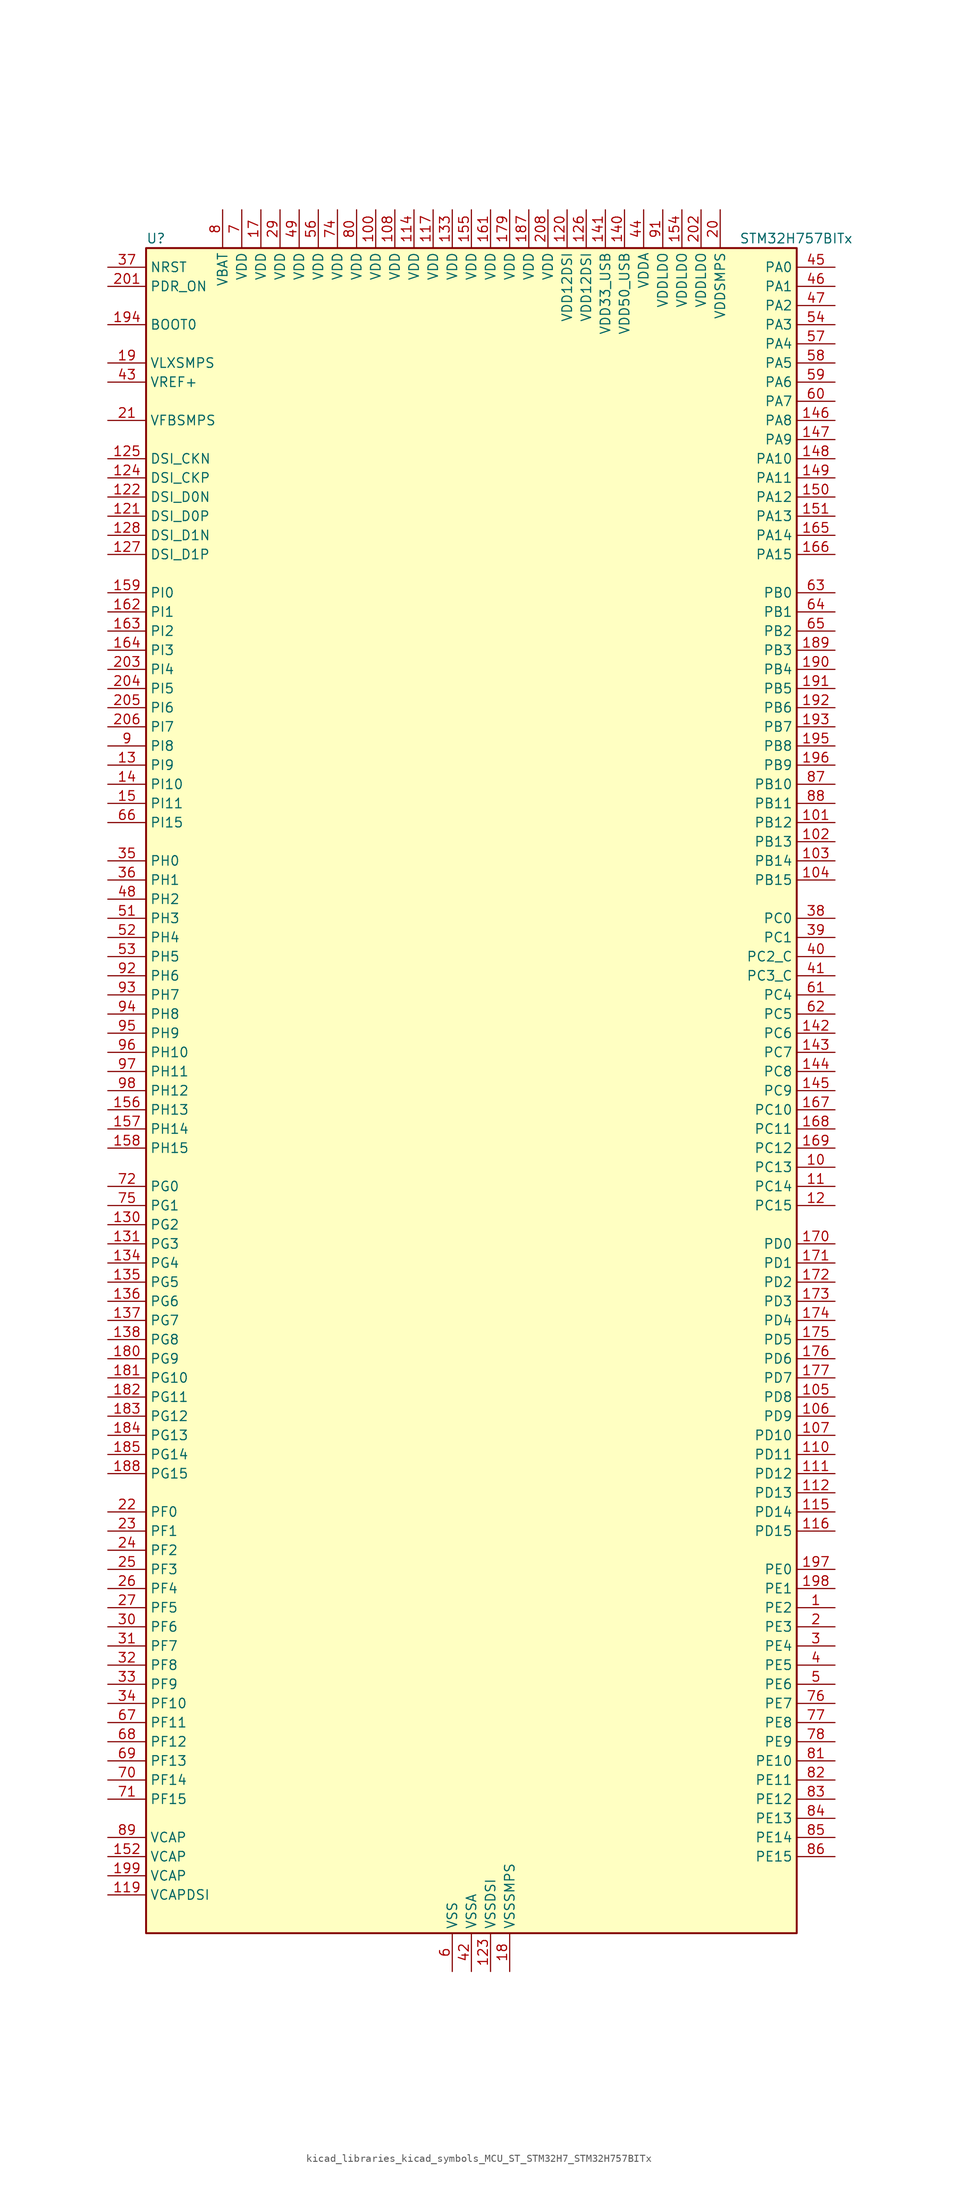
<source format=kicad_sym>
(kicad_symbol_lib
  (version 20220914)
  (generator kicad_symbol_editor)
  (symbol "kicad_libraries_kicad_symbols_MCU_ST_STM32H7_STM32H757BITx"
    (property "Reference" "U"
      (at -43.18 113.03 0)
      (effects (font (size 1.27 1.27)) (justify left)))
    (property "Value" "STM32H757BITx"
      (at 35.56 113.03 0)
      (effects (font (size 1.27 1.27)) (justify left)))
    (property "ki_locked" ""
      (at 0 0 0)
      (effects (font (size 1.27 1.27))))
    (symbol "kicad_libraries_kicad_symbols_MCU_ST_STM32H7_STM32H757BITx_0_1"
      (rectangle (start -43.18 -111.76) (end 43.18 111.76) (stroke (width 0.254) (type default)) (fill (type background))))
    (symbol "kicad_libraries_kicad_symbols_MCU_ST_STM32H7_STM32H757BITx_1_1"
      (pin bidirectional line (at 48.26 -68.58 180) (length 5.08) (name "PE2" (effects (font (size 1.27 1.27)))) (number "1" (effects (font (size 1.27 1.27)))) (alternate "DEBUG_TRACECLK" bidirectional line) (alternate "ETH_TXD3" bidirectional line) (alternate "FMC_A23" bidirectional line) (alternate "QUADSPI_BK1_IO2" bidirectional line) (alternate "SAI1_CK1" bidirectional line) (alternate "SAI1_MCLK_A" bidirectional line) (alternate "SAI4_CK1" bidirectional line) (alternate "SAI4_MCLK_A" bidirectional line) (alternate "SPI4_SCK" bidirectional line))
      (pin bidirectional line (at 48.26 -10.16 180) (length 5.08) (name "PC13" (effects (font (size 1.27 1.27)))) (number "10" (effects (font (size 1.27 1.27)))) (alternate "PWR_WKUP2" bidirectional line) (alternate "RTC_OUT_ALARM" bidirectional line) (alternate "RTC_OUT_CALIB" bidirectional line) (alternate "RTC_TAMP1" bidirectional line) (alternate "RTC_TS" bidirectional line))
      (pin power_in line (at -12.7 116.84 270) (length 5.08) (name "VDD" (effects (font (size 1.27 1.27)))) (number "100" (effects (font (size 1.27 1.27)))))
      (pin bidirectional line (at 48.26 35.56 180) (length 5.08) (name "PB12" (effects (font (size 1.27 1.27)))) (number "101" (effects (font (size 1.27 1.27)))) (alternate "DFSDM1_DATIN1" bidirectional line) (alternate "ETH_TXD0" bidirectional line) (alternate "FDCAN2_RX" bidirectional line) (alternate "I2C2_SMBA" bidirectional line) (alternate "I2S2_WS" bidirectional line) (alternate "SPI2_NSS" bidirectional line) (alternate "TIM1_BKIN" bidirectional line) (alternate "TIM1_BKIN_COMP1" bidirectional line) (alternate "TIM1_BKIN_COMP2" bidirectional line) (alternate "UART5_RX" bidirectional line) (alternate "USART3_CK" bidirectional line) (alternate "USB_OTG_HS_ID" bidirectional line) (alternate "USB_OTG_HS_ULPI_D5" bidirectional line))
      (pin bidirectional line (at 48.26 33.02 180) (length 5.08) (name "PB13" (effects (font (size 1.27 1.27)))) (number "102" (effects (font (size 1.27 1.27)))) (alternate "DFSDM1_CKIN1" bidirectional line) (alternate "ETH_TXD1" bidirectional line) (alternate "FDCAN2_TX" bidirectional line) (alternate "I2S2_CK" bidirectional line) (alternate "LPTIM2_OUT" bidirectional line) (alternate "SPI2_SCK" bidirectional line) (alternate "TIM1_CH1N" bidirectional line) (alternate "UART5_TX" bidirectional line) (alternate "USART3_CTS" bidirectional line) (alternate "USART3_NSS" bidirectional line) (alternate "USB_OTG_HS_ULPI_D6" bidirectional line) (alternate "USB_OTG_HS_VBUS" bidirectional line))
      (pin bidirectional line (at 48.26 30.48 180) (length 5.08) (name "PB14" (effects (font (size 1.27 1.27)))) (number "103" (effects (font (size 1.27 1.27)))) (alternate "DFSDM1_DATIN2" bidirectional line) (alternate "I2S2_SDI" bidirectional line) (alternate "SDMMC2_D0" bidirectional line) (alternate "SPI2_MISO" bidirectional line) (alternate "TIM12_CH1" bidirectional line) (alternate "TIM1_CH2N" bidirectional line) (alternate "TIM8_CH2N" bidirectional line) (alternate "UART4_DE" bidirectional line) (alternate "UART4_RTS" bidirectional line) (alternate "USART1_TX" bidirectional line) (alternate "USART3_DE" bidirectional line) (alternate "USART3_RTS" bidirectional line) (alternate "USB_OTG_HS_DM" bidirectional line))
      (pin bidirectional line (at 48.26 27.94 180) (length 5.08) (name "PB15" (effects (font (size 1.27 1.27)))) (number "104" (effects (font (size 1.27 1.27)))) (alternate "ADC1_EXTI15" bidirectional line) (alternate "ADC2_EXTI15" bidirectional line) (alternate "ADC3_EXTI15" bidirectional line) (alternate "DFSDM1_CKIN2" bidirectional line) (alternate "I2S2_SDO" bidirectional line) (alternate "RTC_REFIN" bidirectional line) (alternate "SDMMC2_D1" bidirectional line) (alternate "SPI2_MOSI" bidirectional line) (alternate "TIM12_CH2" bidirectional line) (alternate "TIM1_CH3N" bidirectional line) (alternate "TIM8_CH3N" bidirectional line) (alternate "UART4_CTS" bidirectional line) (alternate "USART1_RX" bidirectional line) (alternate "USB_OTG_HS_DP" bidirectional line))
      (pin bidirectional line (at 48.26 -40.64 180) (length 5.08) (name "PD8" (effects (font (size 1.27 1.27)))) (number "105" (effects (font (size 1.27 1.27)))) (alternate "DFSDM1_CKIN3" bidirectional line) (alternate "FMC_D13" bidirectional line) (alternate "FMC_DA13" bidirectional line) (alternate "SAI3_SCK_B" bidirectional line) (alternate "SPDIFRX1_IN1" bidirectional line) (alternate "USART3_TX" bidirectional line))
      (pin bidirectional line (at 48.26 -43.18 180) (length 5.08) (name "PD9" (effects (font (size 1.27 1.27)))) (number "106" (effects (font (size 1.27 1.27)))) (alternate "DAC1_EXTI9" bidirectional line) (alternate "DFSDM1_DATIN3" bidirectional line) (alternate "FMC_D14" bidirectional line) (alternate "FMC_DA14" bidirectional line) (alternate "SAI3_SD_B" bidirectional line) (alternate "USART3_RX" bidirectional line))
      (pin bidirectional line (at 48.26 -45.72 180) (length 5.08) (name "PD10" (effects (font (size 1.27 1.27)))) (number "107" (effects (font (size 1.27 1.27)))) (alternate "DFSDM1_CKOUT" bidirectional line) (alternate "FMC_D15" bidirectional line) (alternate "FMC_DA15" bidirectional line) (alternate "LTDC_B3" bidirectional line) (alternate "SAI3_FS_B" bidirectional line) (alternate "USART3_CK" bidirectional line))
      (pin power_in line (at -10.16 116.84 270) (length 5.08) (name "VDD" (effects (font (size 1.27 1.27)))) (number "108" (effects (font (size 1.27 1.27)))))
      (pin passive line (at -2.54 -116.84 90) (length 5.08) hide (name "VSS" (effects (font (size 1.27 1.27)))) (number "109" (effects (font (size 1.27 1.27)))))
      (pin bidirectional line (at 48.26 -12.7 180) (length 5.08) (name "PC14" (effects (font (size 1.27 1.27)))) (number "11" (effects (font (size 1.27 1.27)))) (alternate "RCC_OSC32_IN" bidirectional line))
      (pin bidirectional line (at 48.26 -48.26 180) (length 5.08) (name "PD11" (effects (font (size 1.27 1.27)))) (number "110" (effects (font (size 1.27 1.27)))) (alternate "ADC1_EXTI11" bidirectional line) (alternate "ADC2_EXTI11" bidirectional line) (alternate "ADC3_EXTI11" bidirectional line) (alternate "FMC_A16" bidirectional line) (alternate "FMC_CLE" bidirectional line) (alternate "I2C4_SMBA" bidirectional line) (alternate "LPTIM2_IN2" bidirectional line) (alternate "QUADSPI_BK1_IO0" bidirectional line) (alternate "SAI2_SD_A" bidirectional line) (alternate "USART3_CTS" bidirectional line) (alternate "USART3_NSS" bidirectional line))
      (pin bidirectional line (at 48.26 -50.8 180) (length 5.08) (name "PD12" (effects (font (size 1.27 1.27)))) (number "111" (effects (font (size 1.27 1.27)))) (alternate "FMC_A17" bidirectional line) (alternate "FMC_ALE" bidirectional line) (alternate "I2C4_SCL" bidirectional line) (alternate "LPTIM1_IN1" bidirectional line) (alternate "LPTIM2_IN1" bidirectional line) (alternate "QUADSPI_BK1_IO1" bidirectional line) (alternate "SAI2_FS_A" bidirectional line) (alternate "TIM4_CH1" bidirectional line) (alternate "USART3_DE" bidirectional line) (alternate "USART3_RTS" bidirectional line))
      (pin bidirectional line (at 48.26 -53.34 180) (length 5.08) (name "PD13" (effects (font (size 1.27 1.27)))) (number "112" (effects (font (size 1.27 1.27)))) (alternate "FMC_A18" bidirectional line) (alternate "I2C4_SDA" bidirectional line) (alternate "LPTIM1_OUT" bidirectional line) (alternate "QUADSPI_BK1_IO3" bidirectional line) (alternate "SAI2_SCK_A" bidirectional line) (alternate "TIM4_CH2" bidirectional line))
      (pin passive line (at -2.54 -116.84 90) (length 5.08) hide (name "VSS" (effects (font (size 1.27 1.27)))) (number "113" (effects (font (size 1.27 1.27)))))
      (pin power_in line (at -7.62 116.84 270) (length 5.08) (name "VDD" (effects (font (size 1.27 1.27)))) (number "114" (effects (font (size 1.27 1.27)))))
      (pin bidirectional line (at 48.26 -55.88 180) (length 5.08) (name "PD14" (effects (font (size 1.27 1.27)))) (number "115" (effects (font (size 1.27 1.27)))) (alternate "FMC_D0" bidirectional line) (alternate "FMC_DA0" bidirectional line) (alternate "SAI3_MCLK_B" bidirectional line) (alternate "TIM4_CH3" bidirectional line) (alternate "UART8_CTS" bidirectional line))
      (pin bidirectional line (at 48.26 -58.42 180) (length 5.08) (name "PD15" (effects (font (size 1.27 1.27)))) (number "116" (effects (font (size 1.27 1.27)))) (alternate "ADC1_EXTI15" bidirectional line) (alternate "ADC2_EXTI15" bidirectional line) (alternate "ADC3_EXTI15" bidirectional line) (alternate "FMC_D1" bidirectional line) (alternate "FMC_DA1" bidirectional line) (alternate "SAI3_MCLK_A" bidirectional line) (alternate "TIM4_CH4" bidirectional line) (alternate "UART8_DE" bidirectional line) (alternate "UART8_RTS" bidirectional line))
      (pin power_in line (at -5.08 116.84 270) (length 5.08) (name "VDD" (effects (font (size 1.27 1.27)))) (number "117" (effects (font (size 1.27 1.27)))))
      (pin passive line (at -2.54 -116.84 90) (length 5.08) hide (name "VSS" (effects (font (size 1.27 1.27)))) (number "118" (effects (font (size 1.27 1.27)))))
      (pin power_out line (at -48.26 -106.68 0) (length 5.08) (name "VCAPDSI" (effects (font (size 1.27 1.27)))) (number "119" (effects (font (size 1.27 1.27)))))
      (pin bidirectional line (at 48.26 -15.24 180) (length 5.08) (name "PC15" (effects (font (size 1.27 1.27)))) (number "12" (effects (font (size 1.27 1.27)))) (alternate "ADC1_EXTI15" bidirectional line) (alternate "ADC2_EXTI15" bidirectional line) (alternate "ADC3_EXTI15" bidirectional line) (alternate "RCC_OSC32_OUT" bidirectional line))
      (pin power_in line (at 12.7 116.84 270) (length 5.08) (name "VDD12DSI" (effects (font (size 1.27 1.27)))) (number "120" (effects (font (size 1.27 1.27)))))
      (pin bidirectional line (at -48.26 76.2 0) (length 5.08) (name "DSI_D0P" (effects (font (size 1.27 1.27)))) (number "121" (effects (font (size 1.27 1.27)))) (alternate "DSIHOST_D0P" bidirectional line))
      (pin bidirectional line (at -48.26 78.74 0) (length 5.08) (name "DSI_D0N" (effects (font (size 1.27 1.27)))) (number "122" (effects (font (size 1.27 1.27)))) (alternate "DSIHOST_D0N" bidirectional line))
      (pin power_in line (at 2.54 -116.84 90) (length 5.08) (name "VSSDSI" (effects (font (size 1.27 1.27)))) (number "123" (effects (font (size 1.27 1.27)))))
      (pin bidirectional line (at -48.26 81.28 0) (length 5.08) (name "DSI_CKP" (effects (font (size 1.27 1.27)))) (number "124" (effects (font (size 1.27 1.27)))) (alternate "DSIHOST_CKP" bidirectional line))
      (pin bidirectional line (at -48.26 83.82 0) (length 5.08) (name "DSI_CKN" (effects (font (size 1.27 1.27)))) (number "125" (effects (font (size 1.27 1.27)))) (alternate "DSIHOST_CKN" bidirectional line))
      (pin power_in line (at 15.24 116.84 270) (length 5.08) (name "VDD12DSI" (effects (font (size 1.27 1.27)))) (number "126" (effects (font (size 1.27 1.27)))))
      (pin bidirectional line (at -48.26 71.12 0) (length 5.08) (name "DSI_D1P" (effects (font (size 1.27 1.27)))) (number "127" (effects (font (size 1.27 1.27)))) (alternate "DSIHOST_D1P" bidirectional line))
      (pin bidirectional line (at -48.26 73.66 0) (length 5.08) (name "DSI_D1N" (effects (font (size 1.27 1.27)))) (number "128" (effects (font (size 1.27 1.27)))) (alternate "DSIHOST_D1N" bidirectional line))
      (pin passive line (at 2.54 -116.84 90) (length 5.08) hide (name "VSSDSI" (effects (font (size 1.27 1.27)))) (number "129" (effects (font (size 1.27 1.27)))))
      (pin bidirectional line (at -48.26 43.18 0) (length 5.08) (name "PI9" (effects (font (size 1.27 1.27)))) (number "13" (effects (font (size 1.27 1.27)))) (alternate "DAC1_EXTI9" bidirectional line) (alternate "FDCAN1_RX" bidirectional line) (alternate "FMC_D30" bidirectional line) (alternate "LTDC_VSYNC" bidirectional line) (alternate "UART4_RX" bidirectional line))
      (pin bidirectional line (at -48.26 -17.78 0) (length 5.08) (name "PG2" (effects (font (size 1.27 1.27)))) (number "130" (effects (font (size 1.27 1.27)))) (alternate "FMC_A12" bidirectional line) (alternate "TIM8_BKIN" bidirectional line) (alternate "TIM8_BKIN_COMP1" bidirectional line) (alternate "TIM8_BKIN_COMP2" bidirectional line))
      (pin bidirectional line (at -48.26 -20.32 0) (length 5.08) (name "PG3" (effects (font (size 1.27 1.27)))) (number "131" (effects (font (size 1.27 1.27)))) (alternate "FMC_A13" bidirectional line) (alternate "TIM8_BKIN2" bidirectional line) (alternate "TIM8_BKIN2_COMP1" bidirectional line) (alternate "TIM8_BKIN2_COMP2" bidirectional line))
      (pin passive line (at -2.54 -116.84 90) (length 5.08) hide (name "VSS" (effects (font (size 1.27 1.27)))) (number "132" (effects (font (size 1.27 1.27)))))
      (pin power_in line (at -2.54 116.84 270) (length 5.08) (name "VDD" (effects (font (size 1.27 1.27)))) (number "133" (effects (font (size 1.27 1.27)))))
      (pin bidirectional line (at -48.26 -22.86 0) (length 5.08) (name "PG4" (effects (font (size 1.27 1.27)))) (number "134" (effects (font (size 1.27 1.27)))) (alternate "FMC_A14" bidirectional line) (alternate "FMC_BA0" bidirectional line) (alternate "TIM1_BKIN2" bidirectional line) (alternate "TIM1_BKIN2_COMP1" bidirectional line) (alternate "TIM1_BKIN2_COMP2" bidirectional line))
      (pin bidirectional line (at -48.26 -25.4 0) (length 5.08) (name "PG5" (effects (font (size 1.27 1.27)))) (number "135" (effects (font (size 1.27 1.27)))) (alternate "FMC_A15" bidirectional line) (alternate "FMC_BA1" bidirectional line) (alternate "TIM1_ETR" bidirectional line))
      (pin bidirectional line (at -48.26 -27.94 0) (length 5.08) (name "PG6" (effects (font (size 1.27 1.27)))) (number "136" (effects (font (size 1.27 1.27)))) (alternate "DCMI_D12" bidirectional line) (alternate "FMC_NE3" bidirectional line) (alternate "HRTIM_CHE1" bidirectional line) (alternate "LTDC_R7" bidirectional line) (alternate "QUADSPI_BK1_NCS" bidirectional line) (alternate "TIM17_BKIN" bidirectional line))
      (pin bidirectional line (at -48.26 -30.48 0) (length 5.08) (name "PG7" (effects (font (size 1.27 1.27)))) (number "137" (effects (font (size 1.27 1.27)))) (alternate "DCMI_D13" bidirectional line) (alternate "FMC_INT" bidirectional line) (alternate "HRTIM_CHE2" bidirectional line) (alternate "LTDC_CLK" bidirectional line) (alternate "SAI1_MCLK_A" bidirectional line) (alternate "USART6_CK" bidirectional line))
      (pin bidirectional line (at -48.26 -33.02 0) (length 5.08) (name "PG8" (effects (font (size 1.27 1.27)))) (number "138" (effects (font (size 1.27 1.27)))) (alternate "ETH_PPS_OUT" bidirectional line) (alternate "FMC_SDCLK" bidirectional line) (alternate "LTDC_G7" bidirectional line) (alternate "SPDIFRX1_IN2" bidirectional line) (alternate "SPI6_NSS" bidirectional line) (alternate "TIM8_ETR" bidirectional line) (alternate "USART6_DE" bidirectional line) (alternate "USART6_RTS" bidirectional line))
      (pin passive line (at -2.54 -116.84 90) (length 5.08) hide (name "VSS" (effects (font (size 1.27 1.27)))) (number "139" (effects (font (size 1.27 1.27)))))
      (pin bidirectional line (at -48.26 40.64 0) (length 5.08) (name "PI10" (effects (font (size 1.27 1.27)))) (number "14" (effects (font (size 1.27 1.27)))) (alternate "ETH_RX_ER" bidirectional line) (alternate "FMC_D31" bidirectional line) (alternate "LTDC_HSYNC" bidirectional line))
      (pin power_in line (at 20.32 116.84 270) (length 5.08) (name "VDD50_USB" (effects (font (size 1.27 1.27)))) (number "140" (effects (font (size 1.27 1.27)))))
      (pin power_in line (at 17.78 116.84 270) (length 5.08) (name "VDD33_USB" (effects (font (size 1.27 1.27)))) (number "141" (effects (font (size 1.27 1.27)))))
      (pin bidirectional line (at 48.26 7.62 180) (length 5.08) (name "PC6" (effects (font (size 1.27 1.27)))) (number "142" (effects (font (size 1.27 1.27)))) (alternate "DCMI_D0" bidirectional line) (alternate "DFSDM1_CKIN3" bidirectional line) (alternate "FMC_NWAIT" bidirectional line) (alternate "HRTIM_CHA1" bidirectional line) (alternate "I2S2_MCK" bidirectional line) (alternate "LTDC_HSYNC" bidirectional line) (alternate "SDMMC1_D0DIR" bidirectional line) (alternate "SDMMC1_D6" bidirectional line) (alternate "SDMMC2_D6" bidirectional line) (alternate "SWPMI1_IO" bidirectional line) (alternate "TIM3_CH1" bidirectional line) (alternate "TIM8_CH1" bidirectional line) (alternate "USART6_TX" bidirectional line))
      (pin bidirectional line (at 48.26 5.08 180) (length 5.08) (name "PC7" (effects (font (size 1.27 1.27)))) (number "143" (effects (font (size 1.27 1.27)))) (alternate "DCMI_D1" bidirectional line) (alternate "DEBUG_TRGIO" bidirectional line) (alternate "DFSDM1_DATIN3" bidirectional line) (alternate "FMC_NE1" bidirectional line) (alternate "HRTIM_CHA2" bidirectional line) (alternate "I2S3_MCK" bidirectional line) (alternate "LTDC_G6" bidirectional line) (alternate "SDMMC1_D123DIR" bidirectional line) (alternate "SDMMC1_D7" bidirectional line) (alternate "SDMMC2_D7" bidirectional line) (alternate "SWPMI1_TX" bidirectional line) (alternate "TIM3_CH2" bidirectional line) (alternate "TIM8_CH2" bidirectional line) (alternate "USART6_RX" bidirectional line))
      (pin bidirectional line (at 48.26 2.54 180) (length 5.08) (name "PC8" (effects (font (size 1.27 1.27)))) (number "144" (effects (font (size 1.27 1.27)))) (alternate "DCMI_D2" bidirectional line) (alternate "DEBUG_TRACED1" bidirectional line) (alternate "FMC_NCE" bidirectional line) (alternate "FMC_NE2" bidirectional line) (alternate "HRTIM_CHB1" bidirectional line) (alternate "SDMMC1_D0" bidirectional line) (alternate "SWPMI1_RX" bidirectional line) (alternate "TIM3_CH3" bidirectional line) (alternate "TIM8_CH3" bidirectional line) (alternate "UART5_DE" bidirectional line) (alternate "UART5_RTS" bidirectional line) (alternate "USART6_CK" bidirectional line))
      (pin bidirectional line (at 48.26 0 180) (length 5.08) (name "PC9" (effects (font (size 1.27 1.27)))) (number "145" (effects (font (size 1.27 1.27)))) (alternate "DAC1_EXTI9" bidirectional line) (alternate "DCMI_D3" bidirectional line) (alternate "I2C3_SDA" bidirectional line) (alternate "I2S_CKIN" bidirectional line) (alternate "LTDC_B2" bidirectional line) (alternate "LTDC_G3" bidirectional line) (alternate "QUADSPI_BK1_IO0" bidirectional line) (alternate "RCC_MCO_2" bidirectional line) (alternate "SDMMC1_D1" bidirectional line) (alternate "SWPMI1_SUSPEND" bidirectional line) (alternate "TIM3_CH4" bidirectional line) (alternate "TIM8_CH4" bidirectional line) (alternate "UART5_CTS" bidirectional line))
      (pin bidirectional line (at 48.26 88.9 180) (length 5.08) (name "PA8" (effects (font (size 1.27 1.27)))) (number "146" (effects (font (size 1.27 1.27)))) (alternate "HRTIM_CHB2" bidirectional line) (alternate "I2C3_SCL" bidirectional line) (alternate "LTDC_B3" bidirectional line) (alternate "LTDC_R6" bidirectional line) (alternate "RCC_MCO_1" bidirectional line) (alternate "TIM1_CH1" bidirectional line) (alternate "TIM8_BKIN2" bidirectional line) (alternate "TIM8_BKIN2_COMP1" bidirectional line) (alternate "TIM8_BKIN2_COMP2" bidirectional line) (alternate "UART7_RX" bidirectional line) (alternate "USART1_CK" bidirectional line) (alternate "USB_OTG_FS_SOF" bidirectional line))
      (pin bidirectional line (at 48.26 86.36 180) (length 5.08) (name "PA9" (effects (font (size 1.27 1.27)))) (number "147" (effects (font (size 1.27 1.27)))) (alternate "DAC1_EXTI9" bidirectional line) (alternate "DCMI_D0" bidirectional line) (alternate "HRTIM_CHC1" bidirectional line) (alternate "I2C3_SMBA" bidirectional line) (alternate "I2S2_CK" bidirectional line) (alternate "LPUART1_TX" bidirectional line) (alternate "LTDC_R5" bidirectional line) (alternate "SPI2_SCK" bidirectional line) (alternate "TIM1_CH2" bidirectional line) (alternate "USART1_TX" bidirectional line) (alternate "USB_OTG_FS_VBUS" bidirectional line))
      (pin bidirectional line (at 48.26 83.82 180) (length 5.08) (name "PA10" (effects (font (size 1.27 1.27)))) (number "148" (effects (font (size 1.27 1.27)))) (alternate "DCMI_D1" bidirectional line) (alternate "HRTIM_CHC2" bidirectional line) (alternate "LPUART1_RX" bidirectional line) (alternate "LTDC_B1" bidirectional line) (alternate "LTDC_B4" bidirectional line) (alternate "MDIOS_MDIO" bidirectional line) (alternate "TIM1_CH3" bidirectional line) (alternate "USART1_RX" bidirectional line) (alternate "USB_OTG_FS_ID" bidirectional line))
      (pin bidirectional line (at 48.26 81.28 180) (length 5.08) (name "PA11" (effects (font (size 1.27 1.27)))) (number "149" (effects (font (size 1.27 1.27)))) (alternate "ADC1_EXTI11" bidirectional line) (alternate "ADC2_EXTI11" bidirectional line) (alternate "ADC3_EXTI11" bidirectional line) (alternate "FDCAN1_RX" bidirectional line) (alternate "HRTIM_CHD1" bidirectional line) (alternate "I2S2_WS" bidirectional line) (alternate "LPUART1_CTS" bidirectional line) (alternate "LTDC_R4" bidirectional line) (alternate "SPI2_NSS" bidirectional line) (alternate "TIM1_CH4" bidirectional line) (alternate "UART4_RX" bidirectional line) (alternate "USART1_CTS" bidirectional line) (alternate "USART1_NSS" bidirectional line) (alternate "USB_OTG_FS_DM" bidirectional line))
      (pin bidirectional line (at -48.26 38.1 0) (length 5.08) (name "PI11" (effects (font (size 1.27 1.27)))) (number "15" (effects (font (size 1.27 1.27)))) (alternate "ADC1_EXTI11" bidirectional line) (alternate "ADC2_EXTI11" bidirectional line) (alternate "ADC3_EXTI11" bidirectional line) (alternate "LTDC_G6" bidirectional line) (alternate "PWR_WKUP4" bidirectional line) (alternate "USB_OTG_HS_ULPI_DIR" bidirectional line))
      (pin bidirectional line (at 48.26 78.74 180) (length 5.08) (name "PA12" (effects (font (size 1.27 1.27)))) (number "150" (effects (font (size 1.27 1.27)))) (alternate "FDCAN1_TX" bidirectional line) (alternate "HRTIM_CHD2" bidirectional line) (alternate "I2S2_CK" bidirectional line) (alternate "LPUART1_DE" bidirectional line) (alternate "LPUART1_RTS" bidirectional line) (alternate "LTDC_R5" bidirectional line) (alternate "SAI2_FS_B" bidirectional line) (alternate "SPI2_SCK" bidirectional line) (alternate "TIM1_ETR" bidirectional line) (alternate "UART4_TX" bidirectional line) (alternate "USART1_DE" bidirectional line) (alternate "USART1_RTS" bidirectional line) (alternate "USB_OTG_FS_DP" bidirectional line))
      (pin bidirectional line (at 48.26 76.2 180) (length 5.08) (name "PA13" (effects (font (size 1.27 1.27)))) (number "151" (effects (font (size 1.27 1.27)))) (alternate "DEBUG_JTMS-SWDIO" bidirectional line))
      (pin power_out line (at -48.26 -101.6 0) (length 5.08) (name "VCAP" (effects (font (size 1.27 1.27)))) (number "152" (effects (font (size 1.27 1.27)))))
      (pin passive line (at -2.54 -116.84 90) (length 5.08) hide (name "VSS" (effects (font (size 1.27 1.27)))) (number "153" (effects (font (size 1.27 1.27)))))
      (pin power_in line (at 27.94 116.84 270) (length 5.08) (name "VDDLDO" (effects (font (size 1.27 1.27)))) (number "154" (effects (font (size 1.27 1.27)))))
      (pin power_in line (at 0 116.84 270) (length 5.08) (name "VDD" (effects (font (size 1.27 1.27)))) (number "155" (effects (font (size 1.27 1.27)))))
      (pin bidirectional line (at -48.26 -2.54 0) (length 5.08) (name "PH13" (effects (font (size 1.27 1.27)))) (number "156" (effects (font (size 1.27 1.27)))) (alternate "FDCAN1_TX" bidirectional line) (alternate "FMC_D21" bidirectional line) (alternate "LTDC_G2" bidirectional line) (alternate "TIM8_CH1N" bidirectional line) (alternate "UART4_TX" bidirectional line))
      (pin bidirectional line (at -48.26 -5.08 0) (length 5.08) (name "PH14" (effects (font (size 1.27 1.27)))) (number "157" (effects (font (size 1.27 1.27)))) (alternate "DCMI_D4" bidirectional line) (alternate "FDCAN1_RX" bidirectional line) (alternate "FMC_D22" bidirectional line) (alternate "LTDC_G3" bidirectional line) (alternate "TIM8_CH2N" bidirectional line) (alternate "UART4_RX" bidirectional line))
      (pin bidirectional line (at -48.26 -7.62 0) (length 5.08) (name "PH15" (effects (font (size 1.27 1.27)))) (number "158" (effects (font (size 1.27 1.27)))) (alternate "ADC1_EXTI15" bidirectional line) (alternate "ADC2_EXTI15" bidirectional line) (alternate "ADC3_EXTI15" bidirectional line) (alternate "DCMI_D11" bidirectional line) (alternate "FMC_D23" bidirectional line) (alternate "LTDC_G4" bidirectional line) (alternate "TIM8_CH3N" bidirectional line))
      (pin bidirectional line (at -48.26 66.04 0) (length 5.08) (name "PI0" (effects (font (size 1.27 1.27)))) (number "159" (effects (font (size 1.27 1.27)))) (alternate "DCMI_D13" bidirectional line) (alternate "FMC_D24" bidirectional line) (alternate "I2S2_WS" bidirectional line) (alternate "LTDC_G5" bidirectional line) (alternate "SPI2_NSS" bidirectional line) (alternate "TIM5_CH4" bidirectional line))
      (pin passive line (at -2.54 -116.84 90) (length 5.08) hide (name "VSS" (effects (font (size 1.27 1.27)))) (number "16" (effects (font (size 1.27 1.27)))))
      (pin passive line (at -2.54 -116.84 90) (length 5.08) hide (name "VSS" (effects (font (size 1.27 1.27)))) (number "160" (effects (font (size 1.27 1.27)))))
      (pin power_in line (at 2.54 116.84 270) (length 5.08) (name "VDD" (effects (font (size 1.27 1.27)))) (number "161" (effects (font (size 1.27 1.27)))))
      (pin bidirectional line (at -48.26 63.5 0) (length 5.08) (name "PI1" (effects (font (size 1.27 1.27)))) (number "162" (effects (font (size 1.27 1.27)))) (alternate "DCMI_D8" bidirectional line) (alternate "FMC_D25" bidirectional line) (alternate "I2S2_CK" bidirectional line) (alternate "LTDC_G6" bidirectional line) (alternate "SPI2_SCK" bidirectional line) (alternate "TIM8_BKIN2" bidirectional line) (alternate "TIM8_BKIN2_COMP1" bidirectional line) (alternate "TIM8_BKIN2_COMP2" bidirectional line))
      (pin bidirectional line (at -48.26 60.96 0) (length 5.08) (name "PI2" (effects (font (size 1.27 1.27)))) (number "163" (effects (font (size 1.27 1.27)))) (alternate "DCMI_D9" bidirectional line) (alternate "FMC_D26" bidirectional line) (alternate "I2S2_SDI" bidirectional line) (alternate "LTDC_G7" bidirectional line) (alternate "SPI2_MISO" bidirectional line) (alternate "TIM8_CH4" bidirectional line))
      (pin bidirectional line (at -48.26 58.42 0) (length 5.08) (name "PI3" (effects (font (size 1.27 1.27)))) (number "164" (effects (font (size 1.27 1.27)))) (alternate "DCMI_D10" bidirectional line) (alternate "FMC_D27" bidirectional line) (alternate "I2S2_SDO" bidirectional line) (alternate "SPI2_MOSI" bidirectional line) (alternate "TIM8_ETR" bidirectional line))
      (pin bidirectional line (at 48.26 73.66 180) (length 5.08) (name "PA14" (effects (font (size 1.27 1.27)))) (number "165" (effects (font (size 1.27 1.27)))) (alternate "DEBUG_JTCK-SWCLK" bidirectional line))
      (pin bidirectional line (at 48.26 71.12 180) (length 5.08) (name "PA15" (effects (font (size 1.27 1.27)))) (number "166" (effects (font (size 1.27 1.27)))) (alternate "ADC1_EXTI15" bidirectional line) (alternate "ADC2_EXTI15" bidirectional line) (alternate "ADC3_EXTI15" bidirectional line) (alternate "CEC" bidirectional line) (alternate "DEBUG_JTDI" bidirectional line) (alternate "DSIHOST_TE" bidirectional line) (alternate "HRTIM_FLT1" bidirectional line) (alternate "I2S1_WS" bidirectional line) (alternate "I2S3_WS" bidirectional line) (alternate "SPI1_NSS" bidirectional line) (alternate "SPI3_NSS" bidirectional line) (alternate "SPI6_NSS" bidirectional line) (alternate "TIM2_CH1" bidirectional line) (alternate "TIM2_ETR" bidirectional line) (alternate "UART4_DE" bidirectional line) (alternate "UART4_RTS" bidirectional line) (alternate "UART7_TX" bidirectional line))
      (pin bidirectional line (at 48.26 -2.54 180) (length 5.08) (name "PC10" (effects (font (size 1.27 1.27)))) (number "167" (effects (font (size 1.27 1.27)))) (alternate "DCMI_D8" bidirectional line) (alternate "DFSDM1_CKIN5" bidirectional line) (alternate "HRTIM_EEV1" bidirectional line) (alternate "I2S3_CK" bidirectional line) (alternate "LTDC_R2" bidirectional line) (alternate "QUADSPI_BK1_IO1" bidirectional line) (alternate "SDMMC1_D2" bidirectional line) (alternate "SPI3_SCK" bidirectional line) (alternate "UART4_TX" bidirectional line) (alternate "USART3_TX" bidirectional line))
      (pin bidirectional line (at 48.26 -5.08 180) (length 5.08) (name "PC11" (effects (font (size 1.27 1.27)))) (number "168" (effects (font (size 1.27 1.27)))) (alternate "ADC1_EXTI11" bidirectional line) (alternate "ADC2_EXTI11" bidirectional line) (alternate "ADC3_EXTI11" bidirectional line) (alternate "DCMI_D4" bidirectional line) (alternate "DFSDM1_DATIN5" bidirectional line) (alternate "HRTIM_FLT2" bidirectional line) (alternate "I2S3_SDI" bidirectional line) (alternate "QUADSPI_BK2_NCS" bidirectional line) (alternate "SDMMC1_D3" bidirectional line) (alternate "SPI3_MISO" bidirectional line) (alternate "UART4_RX" bidirectional line) (alternate "USART3_RX" bidirectional line))
      (pin bidirectional line (at 48.26 -7.62 180) (length 5.08) (name "PC12" (effects (font (size 1.27 1.27)))) (number "169" (effects (font (size 1.27 1.27)))) (alternate "DCMI_D9" bidirectional line) (alternate "DEBUG_TRACED3" bidirectional line) (alternate "HRTIM_EEV2" bidirectional line) (alternate "I2S3_SDO" bidirectional line) (alternate "SDMMC1_CK" bidirectional line) (alternate "SPI3_MOSI" bidirectional line) (alternate "UART5_TX" bidirectional line) (alternate "USART3_CK" bidirectional line))
      (pin power_in line (at -27.94 116.84 270) (length 5.08) (name "VDD" (effects (font (size 1.27 1.27)))) (number "17" (effects (font (size 1.27 1.27)))))
      (pin bidirectional line (at 48.26 -20.32 180) (length 5.08) (name "PD0" (effects (font (size 1.27 1.27)))) (number "170" (effects (font (size 1.27 1.27)))) (alternate "DFSDM1_CKIN6" bidirectional line) (alternate "FDCAN1_RX" bidirectional line) (alternate "FMC_D2" bidirectional line) (alternate "FMC_DA2" bidirectional line) (alternate "SAI3_SCK_A" bidirectional line) (alternate "UART4_RX" bidirectional line))
      (pin bidirectional line (at 48.26 -22.86 180) (length 5.08) (name "PD1" (effects (font (size 1.27 1.27)))) (number "171" (effects (font (size 1.27 1.27)))) (alternate "DFSDM1_DATIN6" bidirectional line) (alternate "FDCAN1_TX" bidirectional line) (alternate "FMC_D3" bidirectional line) (alternate "FMC_DA3" bidirectional line) (alternate "SAI3_SD_A" bidirectional line) (alternate "UART4_TX" bidirectional line))
      (pin bidirectional line (at 48.26 -25.4 180) (length 5.08) (name "PD2" (effects (font (size 1.27 1.27)))) (number "172" (effects (font (size 1.27 1.27)))) (alternate "DCMI_D11" bidirectional line) (alternate "DEBUG_TRACED2" bidirectional line) (alternate "SDMMC1_CMD" bidirectional line) (alternate "TIM3_ETR" bidirectional line) (alternate "UART5_RX" bidirectional line))
      (pin bidirectional line (at 48.26 -27.94 180) (length 5.08) (name "PD3" (effects (font (size 1.27 1.27)))) (number "173" (effects (font (size 1.27 1.27)))) (alternate "DCMI_D5" bidirectional line) (alternate "DFSDM1_CKOUT" bidirectional line) (alternate "FMC_CLK" bidirectional line) (alternate "I2S2_CK" bidirectional line) (alternate "LTDC_G7" bidirectional line) (alternate "SPI2_SCK" bidirectional line) (alternate "USART2_CTS" bidirectional line) (alternate "USART2_NSS" bidirectional line))
      (pin bidirectional line (at 48.26 -30.48 180) (length 5.08) (name "PD4" (effects (font (size 1.27 1.27)))) (number "174" (effects (font (size 1.27 1.27)))) (alternate "FMC_NOE" bidirectional line) (alternate "HRTIM_FLT3" bidirectional line) (alternate "SAI3_FS_A" bidirectional line) (alternate "USART2_DE" bidirectional line) (alternate "USART2_RTS" bidirectional line))
      (pin bidirectional line (at 48.26 -33.02 180) (length 5.08) (name "PD5" (effects (font (size 1.27 1.27)))) (number "175" (effects (font (size 1.27 1.27)))) (alternate "FMC_NWE" bidirectional line) (alternate "HRTIM_EEV3" bidirectional line) (alternate "USART2_TX" bidirectional line))
      (pin bidirectional line (at 48.26 -35.56 180) (length 5.08) (name "PD6" (effects (font (size 1.27 1.27)))) (number "176" (effects (font (size 1.27 1.27)))) (alternate "DCMI_D10" bidirectional line) (alternate "DFSDM1_CKIN4" bidirectional line) (alternate "DFSDM1_DATIN1" bidirectional line) (alternate "FMC_NWAIT" bidirectional line) (alternate "I2S3_SDO" bidirectional line) (alternate "LTDC_B2" bidirectional line) (alternate "SAI1_D1" bidirectional line) (alternate "SAI1_SD_A" bidirectional line) (alternate "SAI4_D1" bidirectional line) (alternate "SAI4_SD_A" bidirectional line) (alternate "SDMMC2_CK" bidirectional line) (alternate "SPI3_MOSI" bidirectional line) (alternate "USART2_RX" bidirectional line))
      (pin bidirectional line (at 48.26 -38.1 180) (length 5.08) (name "PD7" (effects (font (size 1.27 1.27)))) (number "177" (effects (font (size 1.27 1.27)))) (alternate "DFSDM1_CKIN1" bidirectional line) (alternate "DFSDM1_DATIN4" bidirectional line) (alternate "FMC_NE1" bidirectional line) (alternate "I2S1_SDO" bidirectional line) (alternate "SDMMC2_CMD" bidirectional line) (alternate "SPDIFRX1_IN0" bidirectional line) (alternate "SPI1_MOSI" bidirectional line) (alternate "USART2_CK" bidirectional line))
      (pin passive line (at -2.54 -116.84 90) (length 5.08) hide (name "VSS" (effects (font (size 1.27 1.27)))) (number "178" (effects (font (size 1.27 1.27)))))
      (pin power_in line (at 5.08 116.84 270) (length 5.08) (name "VDD" (effects (font (size 1.27 1.27)))) (number "179" (effects (font (size 1.27 1.27)))))
      (pin power_in line (at 5.08 -116.84 90) (length 5.08) (name "VSSSMPS" (effects (font (size 1.27 1.27)))) (number "18" (effects (font (size 1.27 1.27)))))
      (pin bidirectional line (at -48.26 -35.56 0) (length 5.08) (name "PG9" (effects (font (size 1.27 1.27)))) (number "180" (effects (font (size 1.27 1.27)))) (alternate "DAC1_EXTI9" bidirectional line) (alternate "DCMI_VSYNC" bidirectional line) (alternate "FMC_NCE" bidirectional line) (alternate "FMC_NE2" bidirectional line) (alternate "I2S1_SDI" bidirectional line) (alternate "QUADSPI_BK2_IO2" bidirectional line) (alternate "SAI2_FS_B" bidirectional line) (alternate "SPDIFRX1_IN3" bidirectional line) (alternate "SPI1_MISO" bidirectional line) (alternate "USART6_RX" bidirectional line))
      (pin bidirectional line (at -48.26 -38.1 0) (length 5.08) (name "PG10" (effects (font (size 1.27 1.27)))) (number "181" (effects (font (size 1.27 1.27)))) (alternate "DCMI_D2" bidirectional line) (alternate "FMC_NE3" bidirectional line) (alternate "HRTIM_FLT5" bidirectional line) (alternate "I2S1_WS" bidirectional line) (alternate "LTDC_B2" bidirectional line) (alternate "LTDC_G3" bidirectional line) (alternate "SAI2_SD_B" bidirectional line) (alternate "SPI1_NSS" bidirectional line))
      (pin bidirectional line (at -48.26 -40.64 0) (length 5.08) (name "PG11" (effects (font (size 1.27 1.27)))) (number "182" (effects (font (size 1.27 1.27)))) (alternate "ADC1_EXTI11" bidirectional line) (alternate "ADC2_EXTI11" bidirectional line) (alternate "ADC3_EXTI11" bidirectional line) (alternate "DCMI_D3" bidirectional line) (alternate "ETH_TX_EN" bidirectional line) (alternate "HRTIM_EEV4" bidirectional line) (alternate "I2S1_CK" bidirectional line) (alternate "LPTIM1_IN2" bidirectional line) (alternate "LTDC_B3" bidirectional line) (alternate "SDMMC2_D2" bidirectional line) (alternate "SPDIFRX1_IN0" bidirectional line) (alternate "SPI1_SCK" bidirectional line))
      (pin bidirectional line (at -48.26 -43.18 0) (length 5.08) (name "PG12" (effects (font (size 1.27 1.27)))) (number "183" (effects (font (size 1.27 1.27)))) (alternate "ETH_TXD1" bidirectional line) (alternate "FMC_NE4" bidirectional line) (alternate "HRTIM_EEV5" bidirectional line) (alternate "LPTIM1_IN1" bidirectional line) (alternate "LTDC_B1" bidirectional line) (alternate "LTDC_B4" bidirectional line) (alternate "SPDIFRX1_IN1" bidirectional line) (alternate "SPI6_MISO" bidirectional line) (alternate "USART6_DE" bidirectional line) (alternate "USART6_RTS" bidirectional line))
      (pin bidirectional line (at -48.26 -45.72 0) (length 5.08) (name "PG13" (effects (font (size 1.27 1.27)))) (number "184" (effects (font (size 1.27 1.27)))) (alternate "DEBUG_TRACED0" bidirectional line) (alternate "ETH_TXD0" bidirectional line) (alternate "FMC_A24" bidirectional line) (alternate "HRTIM_EEV10" bidirectional line) (alternate "LPTIM1_OUT" bidirectional line) (alternate "LTDC_R0" bidirectional line) (alternate "SPI6_SCK" bidirectional line) (alternate "USART6_CTS" bidirectional line) (alternate "USART6_NSS" bidirectional line))
      (pin bidirectional line (at -48.26 -48.26 0) (length 5.08) (name "PG14" (effects (font (size 1.27 1.27)))) (number "185" (effects (font (size 1.27 1.27)))) (alternate "DEBUG_TRACED1" bidirectional line) (alternate "ETH_TXD1" bidirectional line) (alternate "FMC_A25" bidirectional line) (alternate "LPTIM1_ETR" bidirectional line) (alternate "LTDC_B0" bidirectional line) (alternate "QUADSPI_BK2_IO3" bidirectional line) (alternate "SPI6_MOSI" bidirectional line) (alternate "USART6_TX" bidirectional line))
      (pin passive line (at -2.54 -116.84 90) (length 5.08) hide (name "VSS" (effects (font (size 1.27 1.27)))) (number "186" (effects (font (size 1.27 1.27)))))
      (pin power_in line (at 7.62 116.84 270) (length 5.08) (name "VDD" (effects (font (size 1.27 1.27)))) (number "187" (effects (font (size 1.27 1.27)))))
      (pin bidirectional line (at -48.26 -50.8 0) (length 5.08) (name "PG15" (effects (font (size 1.27 1.27)))) (number "188" (effects (font (size 1.27 1.27)))) (alternate "ADC1_EXTI15" bidirectional line) (alternate "ADC2_EXTI15" bidirectional line) (alternate "ADC3_EXTI15" bidirectional line) (alternate "DCMI_D13" bidirectional line) (alternate "FMC_SDNCAS" bidirectional line) (alternate "USART6_CTS" bidirectional line) (alternate "USART6_NSS" bidirectional line))
      (pin bidirectional line (at 48.26 58.42 180) (length 5.08) (name "PB3" (effects (font (size 1.27 1.27)))) (number "189" (effects (font (size 1.27 1.27)))) (alternate "CRS_SYNC" bidirectional line) (alternate "DEBUG_JTDO-SWO" bidirectional line) (alternate "HRTIM_FLT4" bidirectional line) (alternate "I2S1_CK" bidirectional line) (alternate "I2S3_CK" bidirectional line) (alternate "SDMMC2_D2" bidirectional line) (alternate "SPI1_SCK" bidirectional line) (alternate "SPI3_SCK" bidirectional line) (alternate "SPI6_SCK" bidirectional line) (alternate "TIM2_CH2" bidirectional line) (alternate "UART7_RX" bidirectional line))
      (pin power_in line (at -48.26 96.52 0) (length 5.08) (name "VLXSMPS" (effects (font (size 1.27 1.27)))) (number "19" (effects (font (size 1.27 1.27)))))
      (pin bidirectional line (at 48.26 55.88 180) (length 5.08) (name "PB4" (effects (font (size 1.27 1.27)))) (number "190" (effects (font (size 1.27 1.27)))) (alternate "DEBUG_JTRST" bidirectional line) (alternate "HRTIM_EEV6" bidirectional line) (alternate "I2S1_SDI" bidirectional line) (alternate "I2S2_WS" bidirectional line) (alternate "I2S3_SDI" bidirectional line) (alternate "SDMMC2_D3" bidirectional line) (alternate "SPI1_MISO" bidirectional line) (alternate "SPI2_NSS" bidirectional line) (alternate "SPI3_MISO" bidirectional line) (alternate "SPI6_MISO" bidirectional line) (alternate "TIM16_BKIN" bidirectional line) (alternate "TIM3_CH1" bidirectional line) (alternate "UART7_TX" bidirectional line))
      (pin bidirectional line (at 48.26 53.34 180) (length 5.08) (name "PB5" (effects (font (size 1.27 1.27)))) (number "191" (effects (font (size 1.27 1.27)))) (alternate "DCMI_D10" bidirectional line) (alternate "ETH_PPS_OUT" bidirectional line) (alternate "FDCAN2_RX" bidirectional line) (alternate "FMC_SDCKE1" bidirectional line) (alternate "HRTIM_EEV7" bidirectional line) (alternate "I2C1_SMBA" bidirectional line) (alternate "I2C4_SMBA" bidirectional line) (alternate "I2S1_SDO" bidirectional line) (alternate "I2S3_SDO" bidirectional line) (alternate "SPI1_MOSI" bidirectional line) (alternate "SPI3_MOSI" bidirectional line) (alternate "SPI6_MOSI" bidirectional line) (alternate "TIM17_BKIN" bidirectional line) (alternate "TIM3_CH2" bidirectional line) (alternate "UART5_RX" bidirectional line) (alternate "USB_OTG_HS_ULPI_D7" bidirectional line))
      (pin bidirectional line (at 48.26 50.8 180) (length 5.08) (name "PB6" (effects (font (size 1.27 1.27)))) (number "192" (effects (font (size 1.27 1.27)))) (alternate "CEC" bidirectional line) (alternate "DCMI_D5" bidirectional line) (alternate "DFSDM1_DATIN5" bidirectional line) (alternate "FDCAN2_TX" bidirectional line) (alternate "FMC_SDNE1" bidirectional line) (alternate "HRTIM_EEV8" bidirectional line) (alternate "I2C1_SCL" bidirectional line) (alternate "I2C4_SCL" bidirectional line) (alternate "LPUART1_TX" bidirectional line) (alternate "QUADSPI_BK1_NCS" bidirectional line) (alternate "TIM16_CH1N" bidirectional line) (alternate "TIM4_CH1" bidirectional line) (alternate "UART5_TX" bidirectional line) (alternate "USART1_TX" bidirectional line))
      (pin bidirectional line (at 48.26 48.26 180) (length 5.08) (name "PB7" (effects (font (size 1.27 1.27)))) (number "193" (effects (font (size 1.27 1.27)))) (alternate "DCMI_VSYNC" bidirectional line) (alternate "DFSDM1_CKIN5" bidirectional line) (alternate "FMC_NL" bidirectional line) (alternate "HRTIM_EEV9" bidirectional line) (alternate "I2C1_SDA" bidirectional line) (alternate "I2C4_SDA" bidirectional line) (alternate "LPUART1_RX" bidirectional line) (alternate "PWR_PVD_IN" bidirectional line) (alternate "TIM17_CH1N" bidirectional line) (alternate "TIM4_CH2" bidirectional line) (alternate "USART1_RX" bidirectional line))
      (pin input line (at -48.26 101.6 0) (length 5.08) (name "BOOT0" (effects (font (size 1.27 1.27)))) (number "194" (effects (font (size 1.27 1.27)))))
      (pin bidirectional line (at 48.26 45.72 180) (length 5.08) (name "PB8" (effects (font (size 1.27 1.27)))) (number "195" (effects (font (size 1.27 1.27)))) (alternate "DCMI_D6" bidirectional line) (alternate "DFSDM1_CKIN7" bidirectional line) (alternate "ETH_TXD3" bidirectional line) (alternate "FDCAN1_RX" bidirectional line) (alternate "I2C1_SCL" bidirectional line) (alternate "I2C4_SCL" bidirectional line) (alternate "LTDC_B6" bidirectional line) (alternate "SDMMC1_CKIN" bidirectional line) (alternate "SDMMC1_D4" bidirectional line) (alternate "SDMMC2_D4" bidirectional line) (alternate "TIM16_CH1" bidirectional line) (alternate "TIM4_CH3" bidirectional line) (alternate "UART4_RX" bidirectional line))
      (pin bidirectional line (at 48.26 43.18 180) (length 5.08) (name "PB9" (effects (font (size 1.27 1.27)))) (number "196" (effects (font (size 1.27 1.27)))) (alternate "DAC1_EXTI9" bidirectional line) (alternate "DCMI_D7" bidirectional line) (alternate "DFSDM1_DATIN7" bidirectional line) (alternate "FDCAN1_TX" bidirectional line) (alternate "I2C1_SDA" bidirectional line) (alternate "I2C4_SDA" bidirectional line) (alternate "I2C4_SMBA" bidirectional line) (alternate "I2S2_WS" bidirectional line) (alternate "LTDC_B7" bidirectional line) (alternate "SDMMC1_CDIR" bidirectional line) (alternate "SDMMC1_D5" bidirectional line) (alternate "SDMMC2_D5" bidirectional line) (alternate "SPI2_NSS" bidirectional line) (alternate "TIM17_CH1" bidirectional line) (alternate "TIM4_CH4" bidirectional line) (alternate "UART4_TX" bidirectional line))
      (pin bidirectional line (at 48.26 -63.5 180) (length 5.08) (name "PE0" (effects (font (size 1.27 1.27)))) (number "197" (effects (font (size 1.27 1.27)))) (alternate "DCMI_D2" bidirectional line) (alternate "FMC_NBL0" bidirectional line) (alternate "HRTIM_SCIN" bidirectional line) (alternate "LPTIM1_ETR" bidirectional line) (alternate "LPTIM2_ETR" bidirectional line) (alternate "SAI2_MCLK_A" bidirectional line) (alternate "TIM4_ETR" bidirectional line) (alternate "UART8_RX" bidirectional line))
      (pin bidirectional line (at 48.26 -66.04 180) (length 5.08) (name "PE1" (effects (font (size 1.27 1.27)))) (number "198" (effects (font (size 1.27 1.27)))) (alternate "DCMI_D3" bidirectional line) (alternate "FMC_NBL1" bidirectional line) (alternate "HRTIM_SCOUT" bidirectional line) (alternate "LPTIM1_IN2" bidirectional line) (alternate "UART8_TX" bidirectional line))
      (pin power_out line (at -48.26 -104.14 0) (length 5.08) (name "VCAP" (effects (font (size 1.27 1.27)))) (number "199" (effects (font (size 1.27 1.27)))))
      (pin bidirectional line (at 48.26 -71.12 180) (length 5.08) (name "PE3" (effects (font (size 1.27 1.27)))) (number "2" (effects (font (size 1.27 1.27)))) (alternate "DEBUG_TRACED0" bidirectional line) (alternate "FMC_A19" bidirectional line) (alternate "SAI1_SD_B" bidirectional line) (alternate "SAI4_SD_B" bidirectional line) (alternate "TIM15_BKIN" bidirectional line))
      (pin power_in line (at 33.02 116.84 270) (length 5.08) (name "VDDSMPS" (effects (font (size 1.27 1.27)))) (number "20" (effects (font (size 1.27 1.27)))))
      (pin passive line (at -2.54 -116.84 90) (length 5.08) hide (name "VSS" (effects (font (size 1.27 1.27)))) (number "200" (effects (font (size 1.27 1.27)))))
      (pin input line (at -48.26 106.68 0) (length 5.08) (name "PDR_ON" (effects (font (size 1.27 1.27)))) (number "201" (effects (font (size 1.27 1.27)))))
      (pin power_in line (at 30.48 116.84 270) (length 5.08) (name "VDDLDO" (effects (font (size 1.27 1.27)))) (number "202" (effects (font (size 1.27 1.27)))))
      (pin bidirectional line (at -48.26 55.88 0) (length 5.08) (name "PI4" (effects (font (size 1.27 1.27)))) (number "203" (effects (font (size 1.27 1.27)))) (alternate "DCMI_D5" bidirectional line) (alternate "FMC_NBL2" bidirectional line) (alternate "LTDC_B4" bidirectional line) (alternate "SAI2_MCLK_A" bidirectional line) (alternate "TIM8_BKIN" bidirectional line) (alternate "TIM8_BKIN_COMP1" bidirectional line) (alternate "TIM8_BKIN_COMP2" bidirectional line))
      (pin bidirectional line (at -48.26 53.34 0) (length 5.08) (name "PI5" (effects (font (size 1.27 1.27)))) (number "204" (effects (font (size 1.27 1.27)))) (alternate "DCMI_VSYNC" bidirectional line) (alternate "FMC_NBL3" bidirectional line) (alternate "LTDC_B5" bidirectional line) (alternate "SAI2_SCK_A" bidirectional line) (alternate "TIM8_CH1" bidirectional line))
      (pin bidirectional line (at -48.26 50.8 0) (length 5.08) (name "PI6" (effects (font (size 1.27 1.27)))) (number "205" (effects (font (size 1.27 1.27)))) (alternate "DCMI_D6" bidirectional line) (alternate "FMC_D28" bidirectional line) (alternate "LTDC_B6" bidirectional line) (alternate "SAI2_SD_A" bidirectional line) (alternate "TIM8_CH2" bidirectional line))
      (pin bidirectional line (at -48.26 48.26 0) (length 5.08) (name "PI7" (effects (font (size 1.27 1.27)))) (number "206" (effects (font (size 1.27 1.27)))) (alternate "DCMI_D7" bidirectional line) (alternate "FMC_D29" bidirectional line) (alternate "LTDC_B7" bidirectional line) (alternate "SAI2_FS_A" bidirectional line) (alternate "TIM8_CH3" bidirectional line))
      (pin passive line (at -2.54 -116.84 90) (length 5.08) hide (name "VSS" (effects (font (size 1.27 1.27)))) (number "207" (effects (font (size 1.27 1.27)))))
      (pin power_in line (at 10.16 116.84 270) (length 5.08) (name "VDD" (effects (font (size 1.27 1.27)))) (number "208" (effects (font (size 1.27 1.27)))))
      (pin input line (at -48.26 88.9 0) (length 5.08) (name "VFBSMPS" (effects (font (size 1.27 1.27)))) (number "21" (effects (font (size 1.27 1.27)))))
      (pin bidirectional line (at -48.26 -55.88 0) (length 5.08) (name "PF0" (effects (font (size 1.27 1.27)))) (number "22" (effects (font (size 1.27 1.27)))) (alternate "FMC_A0" bidirectional line) (alternate "I2C2_SDA" bidirectional line))
      (pin bidirectional line (at -48.26 -58.42 0) (length 5.08) (name "PF1" (effects (font (size 1.27 1.27)))) (number "23" (effects (font (size 1.27 1.27)))) (alternate "FMC_A1" bidirectional line) (alternate "I2C2_SCL" bidirectional line))
      (pin bidirectional line (at -48.26 -60.96 0) (length 5.08) (name "PF2" (effects (font (size 1.27 1.27)))) (number "24" (effects (font (size 1.27 1.27)))) (alternate "FMC_A2" bidirectional line) (alternate "I2C2_SMBA" bidirectional line))
      (pin bidirectional line (at -48.26 -63.5 0) (length 5.08) (name "PF3" (effects (font (size 1.27 1.27)))) (number "25" (effects (font (size 1.27 1.27)))) (alternate "ADC3_INP5" bidirectional line) (alternate "FMC_A3" bidirectional line))
      (pin bidirectional line (at -48.26 -66.04 0) (length 5.08) (name "PF4" (effects (font (size 1.27 1.27)))) (number "26" (effects (font (size 1.27 1.27)))) (alternate "ADC3_INN5" bidirectional line) (alternate "ADC3_INP9" bidirectional line) (alternate "FMC_A4" bidirectional line))
      (pin bidirectional line (at -48.26 -68.58 0) (length 5.08) (name "PF5" (effects (font (size 1.27 1.27)))) (number "27" (effects (font (size 1.27 1.27)))) (alternate "ADC3_INP4" bidirectional line) (alternate "FMC_A5" bidirectional line))
      (pin passive line (at -2.54 -116.84 90) (length 5.08) hide (name "VSS" (effects (font (size 1.27 1.27)))) (number "28" (effects (font (size 1.27 1.27)))))
      (pin power_in line (at -25.4 116.84 270) (length 5.08) (name "VDD" (effects (font (size 1.27 1.27)))) (number "29" (effects (font (size 1.27 1.27)))))
      (pin bidirectional line (at 48.26 -73.66 180) (length 5.08) (name "PE4" (effects (font (size 1.27 1.27)))) (number "3" (effects (font (size 1.27 1.27)))) (alternate "DCMI_D4" bidirectional line) (alternate "DEBUG_TRACED1" bidirectional line) (alternate "DFSDM1_DATIN3" bidirectional line) (alternate "FMC_A20" bidirectional line) (alternate "LTDC_B0" bidirectional line) (alternate "SAI1_D2" bidirectional line) (alternate "SAI1_FS_A" bidirectional line) (alternate "SAI4_D2" bidirectional line) (alternate "SAI4_FS_A" bidirectional line) (alternate "SPI4_NSS" bidirectional line) (alternate "TIM15_CH1N" bidirectional line))
      (pin bidirectional line (at -48.26 -71.12 0) (length 5.08) (name "PF6" (effects (font (size 1.27 1.27)))) (number "30" (effects (font (size 1.27 1.27)))) (alternate "ADC3_INN4" bidirectional line) (alternate "ADC3_INP8" bidirectional line) (alternate "QUADSPI_BK1_IO3" bidirectional line) (alternate "SAI1_SD_B" bidirectional line) (alternate "SAI4_SD_B" bidirectional line) (alternate "SPI5_NSS" bidirectional line) (alternate "TIM16_CH1" bidirectional line) (alternate "UART7_RX" bidirectional line))
      (pin bidirectional line (at -48.26 -73.66 0) (length 5.08) (name "PF7" (effects (font (size 1.27 1.27)))) (number "31" (effects (font (size 1.27 1.27)))) (alternate "ADC3_INP3" bidirectional line) (alternate "QUADSPI_BK1_IO2" bidirectional line) (alternate "SAI1_MCLK_B" bidirectional line) (alternate "SAI4_MCLK_B" bidirectional line) (alternate "SPI5_SCK" bidirectional line) (alternate "TIM17_CH1" bidirectional line) (alternate "UART7_TX" bidirectional line))
      (pin bidirectional line (at -48.26 -76.2 0) (length 5.08) (name "PF8" (effects (font (size 1.27 1.27)))) (number "32" (effects (font (size 1.27 1.27)))) (alternate "ADC3_INN3" bidirectional line) (alternate "ADC3_INP7" bidirectional line) (alternate "QUADSPI_BK1_IO0" bidirectional line) (alternate "SAI1_SCK_B" bidirectional line) (alternate "SAI4_SCK_B" bidirectional line) (alternate "SPI5_MISO" bidirectional line) (alternate "TIM13_CH1" bidirectional line) (alternate "TIM16_CH1N" bidirectional line) (alternate "UART7_DE" bidirectional line) (alternate "UART7_RTS" bidirectional line))
      (pin bidirectional line (at -48.26 -78.74 0) (length 5.08) (name "PF9" (effects (font (size 1.27 1.27)))) (number "33" (effects (font (size 1.27 1.27)))) (alternate "ADC3_INP2" bidirectional line) (alternate "DAC1_EXTI9" bidirectional line) (alternate "QUADSPI_BK1_IO1" bidirectional line) (alternate "SAI1_FS_B" bidirectional line) (alternate "SAI4_FS_B" bidirectional line) (alternate "SPI5_MOSI" bidirectional line) (alternate "TIM14_CH1" bidirectional line) (alternate "TIM17_CH1N" bidirectional line) (alternate "UART7_CTS" bidirectional line))
      (pin bidirectional line (at -48.26 -81.28 0) (length 5.08) (name "PF10" (effects (font (size 1.27 1.27)))) (number "34" (effects (font (size 1.27 1.27)))) (alternate "ADC3_INN2" bidirectional line) (alternate "ADC3_INP6" bidirectional line) (alternate "DCMI_D11" bidirectional line) (alternate "LTDC_DE" bidirectional line) (alternate "QUADSPI_CLK" bidirectional line) (alternate "SAI1_D3" bidirectional line) (alternate "SAI4_D3" bidirectional line) (alternate "TIM16_BKIN" bidirectional line))
      (pin bidirectional line (at -48.26 30.48 0) (length 5.08) (name "PH0" (effects (font (size 1.27 1.27)))) (number "35" (effects (font (size 1.27 1.27)))) (alternate "RCC_OSC_IN" bidirectional line))
      (pin bidirectional line (at -48.26 27.94 0) (length 5.08) (name "PH1" (effects (font (size 1.27 1.27)))) (number "36" (effects (font (size 1.27 1.27)))) (alternate "RCC_OSC_OUT" bidirectional line))
      (pin input line (at -48.26 109.22 0) (length 5.08) (name "NRST" (effects (font (size 1.27 1.27)))) (number "37" (effects (font (size 1.27 1.27)))))
      (pin bidirectional line (at 48.26 22.86 180) (length 5.08) (name "PC0" (effects (font (size 1.27 1.27)))) (number "38" (effects (font (size 1.27 1.27)))) (alternate "ADC1_INP10" bidirectional line) (alternate "ADC2_INP10" bidirectional line) (alternate "ADC3_INP10" bidirectional line) (alternate "DFSDM1_CKIN0" bidirectional line) (alternate "DFSDM1_DATIN4" bidirectional line) (alternate "FMC_SDNWE" bidirectional line) (alternate "LTDC_R5" bidirectional line) (alternate "SAI2_FS_B" bidirectional line) (alternate "USB_OTG_HS_ULPI_STP" bidirectional line))
      (pin bidirectional line (at 48.26 20.32 180) (length 5.08) (name "PC1" (effects (font (size 1.27 1.27)))) (number "39" (effects (font (size 1.27 1.27)))) (alternate "ADC1_INN10" bidirectional line) (alternate "ADC1_INP11" bidirectional line) (alternate "ADC2_INN10" bidirectional line) (alternate "ADC2_INP11" bidirectional line) (alternate "ADC3_INN10" bidirectional line) (alternate "ADC3_INP11" bidirectional line) (alternate "DEBUG_TRACED0" bidirectional line) (alternate "DFSDM1_CKIN4" bidirectional line) (alternate "DFSDM1_DATIN0" bidirectional line) (alternate "ETH_MDC" bidirectional line) (alternate "I2S2_SDO" bidirectional line) (alternate "MDIOS_MDC" bidirectional line) (alternate "PWR_WKUP5" bidirectional line) (alternate "RTC_TAMP3" bidirectional line) (alternate "SAI1_D1" bidirectional line) (alternate "SAI1_SD_A" bidirectional line) (alternate "SAI4_D1" bidirectional line) (alternate "SAI4_SD_A" bidirectional line) (alternate "SDMMC2_CK" bidirectional line) (alternate "SPI2_MOSI" bidirectional line))
      (pin bidirectional line (at 48.26 -76.2 180) (length 5.08) (name "PE5" (effects (font (size 1.27 1.27)))) (number "4" (effects (font (size 1.27 1.27)))) (alternate "DCMI_D6" bidirectional line) (alternate "DEBUG_TRACED2" bidirectional line) (alternate "DFSDM1_CKIN3" bidirectional line) (alternate "FMC_A21" bidirectional line) (alternate "LTDC_G0" bidirectional line) (alternate "SAI1_CK2" bidirectional line) (alternate "SAI1_SCK_A" bidirectional line) (alternate "SAI4_CK2" bidirectional line) (alternate "SAI4_SCK_A" bidirectional line) (alternate "SPI4_MISO" bidirectional line) (alternate "TIM15_CH1" bidirectional line))
      (pin bidirectional line (at 48.26 17.78 180) (length 5.08) (name "PC2_C" (effects (font (size 1.27 1.27)))) (number "40" (effects (font (size 1.27 1.27)))) (alternate "ADC3_INN1" bidirectional line) (alternate "ADC3_INP0" bidirectional line) (alternate "DFSDM1_CKIN1" bidirectional line) (alternate "DFSDM1_CKOUT" bidirectional line) (alternate "ETH_TXD2" bidirectional line) (alternate "FMC_SDNE0" bidirectional line) (alternate "I2S2_SDI" bidirectional line) (alternate "PWR_CSTOP" bidirectional line) (alternate "SPI2_MISO" bidirectional line) (alternate "USB_OTG_HS_ULPI_DIR" bidirectional line))
      (pin bidirectional line (at 48.26 15.24 180) (length 5.08) (name "PC3_C" (effects (font (size 1.27 1.27)))) (number "41" (effects (font (size 1.27 1.27)))) (alternate "ADC3_INP1" bidirectional line) (alternate "DFSDM1_DATIN1" bidirectional line) (alternate "ETH_TX_CLK" bidirectional line) (alternate "FMC_SDCKE0" bidirectional line) (alternate "I2S2_SDO" bidirectional line) (alternate "PWR_CSLEEP" bidirectional line) (alternate "SPI2_MOSI" bidirectional line) (alternate "USB_OTG_HS_ULPI_NXT" bidirectional line))
      (pin power_in line (at 0 -116.84 90) (length 5.08) (name "VSSA" (effects (font (size 1.27 1.27)))) (number "42" (effects (font (size 1.27 1.27)))))
      (pin input line (at -48.26 93.98 0) (length 5.08) (name "VREF+" (effects (font (size 1.27 1.27)))) (number "43" (effects (font (size 1.27 1.27)))) (alternate "VREFBUF_OUT" bidirectional line))
      (pin power_in line (at 22.86 116.84 270) (length 5.08) (name "VDDA" (effects (font (size 1.27 1.27)))) (number "44" (effects (font (size 1.27 1.27)))))
      (pin bidirectional line (at 48.26 109.22 180) (length 5.08) (name "PA0" (effects (font (size 1.27 1.27)))) (number "45" (effects (font (size 1.27 1.27)))) (alternate "ADC1_INP16" bidirectional line) (alternate "ETH_CRS" bidirectional line) (alternate "PWR_WKUP0" bidirectional line) (alternate "SAI2_SD_B" bidirectional line) (alternate "SDMMC2_CMD" bidirectional line) (alternate "TIM15_BKIN" bidirectional line) (alternate "TIM2_CH1" bidirectional line) (alternate "TIM2_ETR" bidirectional line) (alternate "TIM5_CH1" bidirectional line) (alternate "TIM8_ETR" bidirectional line) (alternate "UART4_TX" bidirectional line) (alternate "USART2_CTS" bidirectional line) (alternate "USART2_NSS" bidirectional line))
      (pin bidirectional line (at 48.26 106.68 180) (length 5.08) (name "PA1" (effects (font (size 1.27 1.27)))) (number "46" (effects (font (size 1.27 1.27)))) (alternate "ADC1_INN16" bidirectional line) (alternate "ADC1_INP17" bidirectional line) (alternate "ETH_REF_CLK" bidirectional line) (alternate "ETH_RX_CLK" bidirectional line) (alternate "LPTIM3_OUT" bidirectional line) (alternate "LTDC_R2" bidirectional line) (alternate "QUADSPI_BK1_IO3" bidirectional line) (alternate "SAI2_MCLK_B" bidirectional line) (alternate "TIM15_CH1N" bidirectional line) (alternate "TIM2_CH2" bidirectional line) (alternate "TIM5_CH2" bidirectional line) (alternate "UART4_RX" bidirectional line) (alternate "USART2_DE" bidirectional line) (alternate "USART2_RTS" bidirectional line))
      (pin bidirectional line (at 48.26 104.14 180) (length 5.08) (name "PA2" (effects (font (size 1.27 1.27)))) (number "47" (effects (font (size 1.27 1.27)))) (alternate "ADC1_INP14" bidirectional line) (alternate "ADC2_INP14" bidirectional line) (alternate "ETH_MDIO" bidirectional line) (alternate "LPTIM4_OUT" bidirectional line) (alternate "LTDC_R1" bidirectional line) (alternate "MDIOS_MDIO" bidirectional line) (alternate "PWR_WKUP1" bidirectional line) (alternate "SAI2_SCK_B" bidirectional line) (alternate "TIM15_CH1" bidirectional line) (alternate "TIM2_CH3" bidirectional line) (alternate "TIM5_CH3" bidirectional line) (alternate "USART2_TX" bidirectional line))
      (pin bidirectional line (at -48.26 25.4 0) (length 5.08) (name "PH2" (effects (font (size 1.27 1.27)))) (number "48" (effects (font (size 1.27 1.27)))) (alternate "ADC3_INP13" bidirectional line) (alternate "ETH_CRS" bidirectional line) (alternate "FMC_SDCKE0" bidirectional line) (alternate "LPTIM1_IN2" bidirectional line) (alternate "LTDC_R0" bidirectional line) (alternate "QUADSPI_BK2_IO0" bidirectional line) (alternate "SAI2_SCK_B" bidirectional line))
      (pin power_in line (at -22.86 116.84 270) (length 5.08) (name "VDD" (effects (font (size 1.27 1.27)))) (number "49" (effects (font (size 1.27 1.27)))))
      (pin bidirectional line (at 48.26 -78.74 180) (length 5.08) (name "PE6" (effects (font (size 1.27 1.27)))) (number "5" (effects (font (size 1.27 1.27)))) (alternate "DCMI_D7" bidirectional line) (alternate "DEBUG_TRACED3" bidirectional line) (alternate "FMC_A22" bidirectional line) (alternate "LTDC_G1" bidirectional line) (alternate "SAI1_D1" bidirectional line) (alternate "SAI1_SD_A" bidirectional line) (alternate "SAI2_MCLK_B" bidirectional line) (alternate "SAI4_D1" bidirectional line) (alternate "SAI4_SD_A" bidirectional line) (alternate "SPI4_MOSI" bidirectional line) (alternate "TIM15_CH2" bidirectional line) (alternate "TIM1_BKIN2" bidirectional line) (alternate "TIM1_BKIN2_COMP1" bidirectional line) (alternate "TIM1_BKIN2_COMP2" bidirectional line))
      (pin passive line (at -2.54 -116.84 90) (length 5.08) hide (name "VSS" (effects (font (size 1.27 1.27)))) (number "50" (effects (font (size 1.27 1.27)))))
      (pin bidirectional line (at -48.26 22.86 0) (length 5.08) (name "PH3" (effects (font (size 1.27 1.27)))) (number "51" (effects (font (size 1.27 1.27)))) (alternate "ADC3_INN13" bidirectional line) (alternate "ADC3_INP14" bidirectional line) (alternate "ETH_COL" bidirectional line) (alternate "FMC_SDNE0" bidirectional line) (alternate "LTDC_R1" bidirectional line) (alternate "QUADSPI_BK2_IO1" bidirectional line) (alternate "SAI2_MCLK_B" bidirectional line))
      (pin bidirectional line (at -48.26 20.32 0) (length 5.08) (name "PH4" (effects (font (size 1.27 1.27)))) (number "52" (effects (font (size 1.27 1.27)))) (alternate "ADC3_INN14" bidirectional line) (alternate "ADC3_INP15" bidirectional line) (alternate "I2C2_SCL" bidirectional line) (alternate "LTDC_G4" bidirectional line) (alternate "LTDC_G5" bidirectional line) (alternate "USB_OTG_HS_ULPI_NXT" bidirectional line))
      (pin bidirectional line (at -48.26 17.78 0) (length 5.08) (name "PH5" (effects (font (size 1.27 1.27)))) (number "53" (effects (font (size 1.27 1.27)))) (alternate "ADC3_INN15" bidirectional line) (alternate "ADC3_INP16" bidirectional line) (alternate "FMC_SDNWE" bidirectional line) (alternate "I2C2_SDA" bidirectional line) (alternate "SPI5_NSS" bidirectional line))
      (pin bidirectional line (at 48.26 101.6 180) (length 5.08) (name "PA3" (effects (font (size 1.27 1.27)))) (number "54" (effects (font (size 1.27 1.27)))) (alternate "ADC1_INP15" bidirectional line) (alternate "ADC2_INP15" bidirectional line) (alternate "ETH_COL" bidirectional line) (alternate "LPTIM5_OUT" bidirectional line) (alternate "LTDC_B2" bidirectional line) (alternate "LTDC_B5" bidirectional line) (alternate "TIM15_CH2" bidirectional line) (alternate "TIM2_CH4" bidirectional line) (alternate "TIM5_CH4" bidirectional line) (alternate "USART2_RX" bidirectional line) (alternate "USB_OTG_HS_ULPI_D0" bidirectional line))
      (pin passive line (at -2.54 -116.84 90) (length 5.08) hide (name "VSS" (effects (font (size 1.27 1.27)))) (number "55" (effects (font (size 1.27 1.27)))))
      (pin power_in line (at -20.32 116.84 270) (length 5.08) (name "VDD" (effects (font (size 1.27 1.27)))) (number "56" (effects (font (size 1.27 1.27)))))
      (pin bidirectional line (at 48.26 99.06 180) (length 5.08) (name "PA4" (effects (font (size 1.27 1.27)))) (number "57" (effects (font (size 1.27 1.27)))) (alternate "ADC1_INP18" bidirectional line) (alternate "ADC2_INP18" bidirectional line) (alternate "DAC1_OUT1" bidirectional line) (alternate "DCMI_HSYNC" bidirectional line) (alternate "I2S1_WS" bidirectional line) (alternate "I2S3_WS" bidirectional line) (alternate "LTDC_VSYNC" bidirectional line) (alternate "SPI1_NSS" bidirectional line) (alternate "SPI3_NSS" bidirectional line) (alternate "SPI6_NSS" bidirectional line) (alternate "TIM5_ETR" bidirectional line) (alternate "USART2_CK" bidirectional line) (alternate "USB_OTG_HS_SOF" bidirectional line))
      (pin bidirectional line (at 48.26 96.52 180) (length 5.08) (name "PA5" (effects (font (size 1.27 1.27)))) (number "58" (effects (font (size 1.27 1.27)))) (alternate "ADC1_INN18" bidirectional line) (alternate "ADC1_INP19" bidirectional line) (alternate "ADC2_INN18" bidirectional line) (alternate "ADC2_INP19" bidirectional line) (alternate "DAC1_OUT2" bidirectional line) (alternate "I2S1_CK" bidirectional line) (alternate "LTDC_R4" bidirectional line) (alternate "PWR_NDSTOP2" bidirectional line) (alternate "SPI1_SCK" bidirectional line) (alternate "SPI6_SCK" bidirectional line) (alternate "TIM2_CH1" bidirectional line) (alternate "TIM2_ETR" bidirectional line) (alternate "TIM8_CH1N" bidirectional line) (alternate "USB_OTG_HS_ULPI_CK" bidirectional line))
      (pin bidirectional line (at 48.26 93.98 180) (length 5.08) (name "PA6" (effects (font (size 1.27 1.27)))) (number "59" (effects (font (size 1.27 1.27)))) (alternate "ADC1_INP3" bidirectional line) (alternate "ADC2_INP3" bidirectional line) (alternate "DCMI_PIXCLK" bidirectional line) (alternate "I2S1_SDI" bidirectional line) (alternate "LTDC_G2" bidirectional line) (alternate "MDIOS_MDC" bidirectional line) (alternate "SPI1_MISO" bidirectional line) (alternate "SPI6_MISO" bidirectional line) (alternate "TIM13_CH1" bidirectional line) (alternate "TIM1_BKIN" bidirectional line) (alternate "TIM1_BKIN_COMP1" bidirectional line) (alternate "TIM1_BKIN_COMP2" bidirectional line) (alternate "TIM3_CH1" bidirectional line) (alternate "TIM8_BKIN" bidirectional line) (alternate "TIM8_BKIN_COMP1" bidirectional line) (alternate "TIM8_BKIN_COMP2" bidirectional line))
      (pin power_in line (at -2.54 -116.84 90) (length 5.08) (name "VSS" (effects (font (size 1.27 1.27)))) (number "6" (effects (font (size 1.27 1.27)))))
      (pin bidirectional line (at 48.26 91.44 180) (length 5.08) (name "PA7" (effects (font (size 1.27 1.27)))) (number "60" (effects (font (size 1.27 1.27)))) (alternate "ADC1_INN3" bidirectional line) (alternate "ADC1_INP7" bidirectional line) (alternate "ADC2_INN3" bidirectional line) (alternate "ADC2_INP7" bidirectional line) (alternate "ETH_CRS_DV" bidirectional line) (alternate "ETH_RX_DV" bidirectional line) (alternate "FMC_SDNWE" bidirectional line) (alternate "I2S1_SDO" bidirectional line) (alternate "OPAMP1_VINM" bidirectional line) (alternate "OPAMP1_VINM1" bidirectional line) (alternate "SPI1_MOSI" bidirectional line) (alternate "SPI6_MOSI" bidirectional line) (alternate "TIM14_CH1" bidirectional line) (alternate "TIM1_CH1N" bidirectional line) (alternate "TIM3_CH2" bidirectional line) (alternate "TIM8_CH1N" bidirectional line))
      (pin bidirectional line (at 48.26 12.7 180) (length 5.08) (name "PC4" (effects (font (size 1.27 1.27)))) (number "61" (effects (font (size 1.27 1.27)))) (alternate "ADC1_INP4" bidirectional line) (alternate "ADC2_INP4" bidirectional line) (alternate "COMP1_INM" bidirectional line) (alternate "DFSDM1_CKIN2" bidirectional line) (alternate "ETH_RXD0" bidirectional line) (alternate "FMC_SDNE0" bidirectional line) (alternate "I2S1_MCK" bidirectional line) (alternate "OPAMP1_VOUT" bidirectional line) (alternate "SPDIFRX1_IN2" bidirectional line))
      (pin bidirectional line (at 48.26 10.16 180) (length 5.08) (name "PC5" (effects (font (size 1.27 1.27)))) (number "62" (effects (font (size 1.27 1.27)))) (alternate "ADC1_INN4" bidirectional line) (alternate "ADC1_INP8" bidirectional line) (alternate "ADC2_INN4" bidirectional line) (alternate "ADC2_INP8" bidirectional line) (alternate "COMP1_OUT" bidirectional line) (alternate "DFSDM1_DATIN2" bidirectional line) (alternate "ETH_RXD1" bidirectional line) (alternate "FMC_SDCKE0" bidirectional line) (alternate "OPAMP1_VINM" bidirectional line) (alternate "OPAMP1_VINM0" bidirectional line) (alternate "SAI1_D3" bidirectional line) (alternate "SAI4_D3" bidirectional line) (alternate "SPDIFRX1_IN3" bidirectional line))
      (pin bidirectional line (at 48.26 66.04 180) (length 5.08) (name "PB0" (effects (font (size 1.27 1.27)))) (number "63" (effects (font (size 1.27 1.27)))) (alternate "ADC1_INN5" bidirectional line) (alternate "ADC1_INP9" bidirectional line) (alternate "ADC2_INN5" bidirectional line) (alternate "ADC2_INP9" bidirectional line) (alternate "COMP1_INP" bidirectional line) (alternate "DFSDM1_CKOUT" bidirectional line) (alternate "ETH_RXD2" bidirectional line) (alternate "LTDC_G1" bidirectional line) (alternate "LTDC_R3" bidirectional line) (alternate "OPAMP1_VINP" bidirectional line) (alternate "TIM1_CH2N" bidirectional line) (alternate "TIM3_CH3" bidirectional line) (alternate "TIM8_CH2N" bidirectional line) (alternate "UART4_CTS" bidirectional line) (alternate "USB_OTG_HS_ULPI_D1" bidirectional line))
      (pin bidirectional line (at 48.26 63.5 180) (length 5.08) (name "PB1" (effects (font (size 1.27 1.27)))) (number "64" (effects (font (size 1.27 1.27)))) (alternate "ADC1_INP5" bidirectional line) (alternate "ADC2_INP5" bidirectional line) (alternate "COMP1_INM" bidirectional line) (alternate "DFSDM1_DATIN1" bidirectional line) (alternate "ETH_RXD3" bidirectional line) (alternate "LTDC_G0" bidirectional line) (alternate "LTDC_R6" bidirectional line) (alternate "TIM1_CH3N" bidirectional line) (alternate "TIM3_CH4" bidirectional line) (alternate "TIM8_CH3N" bidirectional line) (alternate "USB_OTG_HS_ULPI_D2" bidirectional line))
      (pin bidirectional line (at 48.26 60.96 180) (length 5.08) (name "PB2" (effects (font (size 1.27 1.27)))) (number "65" (effects (font (size 1.27 1.27)))) (alternate "COMP1_INP" bidirectional line) (alternate "DFSDM1_CKIN1" bidirectional line) (alternate "I2S3_SDO" bidirectional line) (alternate "QUADSPI_CLK" bidirectional line) (alternate "RTC_OUT_ALARM" bidirectional line) (alternate "RTC_OUT_CALIB" bidirectional line) (alternate "SAI1_D1" bidirectional line) (alternate "SAI1_SD_A" bidirectional line) (alternate "SAI4_D1" bidirectional line) (alternate "SAI4_SD_A" bidirectional line) (alternate "SPI3_MOSI" bidirectional line))
      (pin bidirectional line (at -48.26 35.56 0) (length 5.08) (name "PI15" (effects (font (size 1.27 1.27)))) (number "66" (effects (font (size 1.27 1.27)))) (alternate "ADC1_EXTI15" bidirectional line) (alternate "ADC2_EXTI15" bidirectional line) (alternate "ADC3_EXTI15" bidirectional line) (alternate "LTDC_G2" bidirectional line) (alternate "LTDC_R0" bidirectional line))
      (pin bidirectional line (at -48.26 -83.82 0) (length 5.08) (name "PF11" (effects (font (size 1.27 1.27)))) (number "67" (effects (font (size 1.27 1.27)))) (alternate "ADC1_EXTI11" bidirectional line) (alternate "ADC1_INP2" bidirectional line) (alternate "ADC2_EXTI11" bidirectional line) (alternate "ADC3_EXTI11" bidirectional line) (alternate "DCMI_D12" bidirectional line) (alternate "FMC_SDNRAS" bidirectional line) (alternate "SAI2_SD_B" bidirectional line) (alternate "SPI5_MOSI" bidirectional line))
      (pin bidirectional line (at -48.26 -86.36 0) (length 5.08) (name "PF12" (effects (font (size 1.27 1.27)))) (number "68" (effects (font (size 1.27 1.27)))) (alternate "ADC1_INN2" bidirectional line) (alternate "ADC1_INP6" bidirectional line) (alternate "FMC_A6" bidirectional line))
      (pin bidirectional line (at -48.26 -88.9 0) (length 5.08) (name "PF13" (effects (font (size 1.27 1.27)))) (number "69" (effects (font (size 1.27 1.27)))) (alternate "ADC2_INP2" bidirectional line) (alternate "DFSDM1_DATIN6" bidirectional line) (alternate "FMC_A7" bidirectional line) (alternate "I2C4_SMBA" bidirectional line))
      (pin power_in line (at -30.48 116.84 270) (length 5.08) (name "VDD" (effects (font (size 1.27 1.27)))) (number "7" (effects (font (size 1.27 1.27)))))
      (pin bidirectional line (at -48.26 -91.44 0) (length 5.08) (name "PF14" (effects (font (size 1.27 1.27)))) (number "70" (effects (font (size 1.27 1.27)))) (alternate "ADC2_INN2" bidirectional line) (alternate "ADC2_INP6" bidirectional line) (alternate "DFSDM1_CKIN6" bidirectional line) (alternate "FMC_A8" bidirectional line) (alternate "I2C4_SCL" bidirectional line))
      (pin bidirectional line (at -48.26 -93.98 0) (length 5.08) (name "PF15" (effects (font (size 1.27 1.27)))) (number "71" (effects (font (size 1.27 1.27)))) (alternate "ADC1_EXTI15" bidirectional line) (alternate "ADC2_EXTI15" bidirectional line) (alternate "ADC3_EXTI15" bidirectional line) (alternate "FMC_A9" bidirectional line) (alternate "I2C4_SDA" bidirectional line))
      (pin bidirectional line (at -48.26 -12.7 0) (length 5.08) (name "PG0" (effects (font (size 1.27 1.27)))) (number "72" (effects (font (size 1.27 1.27)))) (alternate "FMC_A10" bidirectional line))
      (pin passive line (at -2.54 -116.84 90) (length 5.08) hide (name "VSS" (effects (font (size 1.27 1.27)))) (number "73" (effects (font (size 1.27 1.27)))))
      (pin power_in line (at -17.78 116.84 270) (length 5.08) (name "VDD" (effects (font (size 1.27 1.27)))) (number "74" (effects (font (size 1.27 1.27)))))
      (pin bidirectional line (at -48.26 -15.24 0) (length 5.08) (name "PG1" (effects (font (size 1.27 1.27)))) (number "75" (effects (font (size 1.27 1.27)))) (alternate "FMC_A11" bidirectional line) (alternate "OPAMP2_VINM" bidirectional line) (alternate "OPAMP2_VINM1" bidirectional line))
      (pin bidirectional line (at 48.26 -81.28 180) (length 5.08) (name "PE7" (effects (font (size 1.27 1.27)))) (number "76" (effects (font (size 1.27 1.27)))) (alternate "COMP2_INM" bidirectional line) (alternate "DFSDM1_DATIN2" bidirectional line) (alternate "FMC_D4" bidirectional line) (alternate "FMC_DA4" bidirectional line) (alternate "OPAMP2_VOUT" bidirectional line) (alternate "QUADSPI_BK2_IO0" bidirectional line) (alternate "TIM1_ETR" bidirectional line) (alternate "UART7_RX" bidirectional line))
      (pin bidirectional line (at 48.26 -83.82 180) (length 5.08) (name "PE8" (effects (font (size 1.27 1.27)))) (number "77" (effects (font (size 1.27 1.27)))) (alternate "COMP2_OUT" bidirectional line) (alternate "DFSDM1_CKIN2" bidirectional line) (alternate "FMC_D5" bidirectional line) (alternate "FMC_DA5" bidirectional line) (alternate "OPAMP2_VINM" bidirectional line) (alternate "OPAMP2_VINM0" bidirectional line) (alternate "QUADSPI_BK2_IO1" bidirectional line) (alternate "TIM1_CH1N" bidirectional line) (alternate "UART7_TX" bidirectional line))
      (pin bidirectional line (at 48.26 -86.36 180) (length 5.08) (name "PE9" (effects (font (size 1.27 1.27)))) (number "78" (effects (font (size 1.27 1.27)))) (alternate "COMP2_INP" bidirectional line) (alternate "DAC1_EXTI9" bidirectional line) (alternate "DFSDM1_CKOUT" bidirectional line) (alternate "FMC_D6" bidirectional line) (alternate "FMC_DA6" bidirectional line) (alternate "OPAMP2_VINP" bidirectional line) (alternate "QUADSPI_BK2_IO2" bidirectional line) (alternate "TIM1_CH1" bidirectional line) (alternate "UART7_DE" bidirectional line) (alternate "UART7_RTS" bidirectional line))
      (pin passive line (at -2.54 -116.84 90) (length 5.08) hide (name "VSS" (effects (font (size 1.27 1.27)))) (number "79" (effects (font (size 1.27 1.27)))))
      (pin power_in line (at -33.02 116.84 270) (length 5.08) (name "VBAT" (effects (font (size 1.27 1.27)))) (number "8" (effects (font (size 1.27 1.27)))))
      (pin power_in line (at -15.24 116.84 270) (length 5.08) (name "VDD" (effects (font (size 1.27 1.27)))) (number "80" (effects (font (size 1.27 1.27)))))
      (pin bidirectional line (at 48.26 -88.9 180) (length 5.08) (name "PE10" (effects (font (size 1.27 1.27)))) (number "81" (effects (font (size 1.27 1.27)))) (alternate "COMP2_INM" bidirectional line) (alternate "DFSDM1_DATIN4" bidirectional line) (alternate "FMC_D7" bidirectional line) (alternate "FMC_DA7" bidirectional line) (alternate "QUADSPI_BK2_IO3" bidirectional line) (alternate "TIM1_CH2N" bidirectional line) (alternate "UART7_CTS" bidirectional line))
      (pin bidirectional line (at 48.26 -91.44 180) (length 5.08) (name "PE11" (effects (font (size 1.27 1.27)))) (number "82" (effects (font (size 1.27 1.27)))) (alternate "ADC1_EXTI11" bidirectional line) (alternate "ADC2_EXTI11" bidirectional line) (alternate "ADC3_EXTI11" bidirectional line) (alternate "COMP2_INP" bidirectional line) (alternate "DFSDM1_CKIN4" bidirectional line) (alternate "FMC_D8" bidirectional line) (alternate "FMC_DA8" bidirectional line) (alternate "LTDC_G3" bidirectional line) (alternate "SAI2_SD_B" bidirectional line) (alternate "SPI4_NSS" bidirectional line) (alternate "TIM1_CH2" bidirectional line))
      (pin bidirectional line (at 48.26 -93.98 180) (length 5.08) (name "PE12" (effects (font (size 1.27 1.27)))) (number "83" (effects (font (size 1.27 1.27)))) (alternate "COMP1_OUT" bidirectional line) (alternate "DFSDM1_DATIN5" bidirectional line) (alternate "FMC_D9" bidirectional line) (alternate "FMC_DA9" bidirectional line) (alternate "LTDC_B4" bidirectional line) (alternate "SAI2_SCK_B" bidirectional line) (alternate "SPI4_SCK" bidirectional line) (alternate "TIM1_CH3N" bidirectional line))
      (pin bidirectional line (at 48.26 -96.52 180) (length 5.08) (name "PE13" (effects (font (size 1.27 1.27)))) (number "84" (effects (font (size 1.27 1.27)))) (alternate "COMP2_OUT" bidirectional line) (alternate "DFSDM1_CKIN5" bidirectional line) (alternate "FMC_D10" bidirectional line) (alternate "FMC_DA10" bidirectional line) (alternate "LTDC_DE" bidirectional line) (alternate "SAI2_FS_B" bidirectional line) (alternate "SPI4_MISO" bidirectional line) (alternate "TIM1_CH3" bidirectional line))
      (pin bidirectional line (at 48.26 -99.06 180) (length 5.08) (name "PE14" (effects (font (size 1.27 1.27)))) (number "85" (effects (font (size 1.27 1.27)))) (alternate "FMC_D11" bidirectional line) (alternate "FMC_DA11" bidirectional line) (alternate "LTDC_CLK" bidirectional line) (alternate "SAI2_MCLK_B" bidirectional line) (alternate "SPI4_MOSI" bidirectional line) (alternate "TIM1_CH4" bidirectional line))
      (pin bidirectional line (at 48.26 -101.6 180) (length 5.08) (name "PE15" (effects (font (size 1.27 1.27)))) (number "86" (effects (font (size 1.27 1.27)))) (alternate "ADC1_EXTI15" bidirectional line) (alternate "ADC2_EXTI15" bidirectional line) (alternate "ADC3_EXTI15" bidirectional line) (alternate "FMC_D12" bidirectional line) (alternate "FMC_DA12" bidirectional line) (alternate "LTDC_R7" bidirectional line) (alternate "TIM1_BKIN" bidirectional line) (alternate "TIM1_BKIN_COMP1" bidirectional line) (alternate "TIM1_BKIN_COMP2" bidirectional line))
      (pin bidirectional line (at 48.26 40.64 180) (length 5.08) (name "PB10" (effects (font (size 1.27 1.27)))) (number "87" (effects (font (size 1.27 1.27)))) (alternate "DFSDM1_DATIN7" bidirectional line) (alternate "ETH_RX_ER" bidirectional line) (alternate "HRTIM_SCOUT" bidirectional line) (alternate "I2C2_SCL" bidirectional line) (alternate "I2S2_CK" bidirectional line) (alternate "LPTIM2_IN1" bidirectional line) (alternate "LTDC_G4" bidirectional line) (alternate "QUADSPI_BK1_NCS" bidirectional line) (alternate "SPI2_SCK" bidirectional line) (alternate "TIM2_CH3" bidirectional line) (alternate "USART3_TX" bidirectional line) (alternate "USB_OTG_HS_ULPI_D3" bidirectional line))
      (pin bidirectional line (at 48.26 38.1 180) (length 5.08) (name "PB11" (effects (font (size 1.27 1.27)))) (number "88" (effects (font (size 1.27 1.27)))) (alternate "ADC1_EXTI11" bidirectional line) (alternate "ADC2_EXTI11" bidirectional line) (alternate "ADC3_EXTI11" bidirectional line) (alternate "DFSDM1_CKIN7" bidirectional line) (alternate "DSIHOST_TE" bidirectional line) (alternate "ETH_TX_EN" bidirectional line) (alternate "HRTIM_SCIN" bidirectional line) (alternate "I2C2_SDA" bidirectional line) (alternate "LPTIM2_ETR" bidirectional line) (alternate "LTDC_G5" bidirectional line) (alternate "TIM2_CH4" bidirectional line) (alternate "USART3_RX" bidirectional line) (alternate "USB_OTG_HS_ULPI_D4" bidirectional line))
      (pin power_out line (at -48.26 -99.06 0) (length 5.08) (name "VCAP" (effects (font (size 1.27 1.27)))) (number "89" (effects (font (size 1.27 1.27)))))
      (pin bidirectional line (at -48.26 45.72 0) (length 5.08) (name "PI8" (effects (font (size 1.27 1.27)))) (number "9" (effects (font (size 1.27 1.27)))) (alternate "PWR_WKUP3" bidirectional line) (alternate "RTC_TAMP2" bidirectional line))
      (pin passive line (at -2.54 -116.84 90) (length 5.08) hide (name "VSS" (effects (font (size 1.27 1.27)))) (number "90" (effects (font (size 1.27 1.27)))))
      (pin power_in line (at 25.4 116.84 270) (length 5.08) (name "VDDLDO" (effects (font (size 1.27 1.27)))) (number "91" (effects (font (size 1.27 1.27)))))
      (pin bidirectional line (at -48.26 15.24 0) (length 5.08) (name "PH6" (effects (font (size 1.27 1.27)))) (number "92" (effects (font (size 1.27 1.27)))) (alternate "DCMI_D8" bidirectional line) (alternate "ETH_RXD2" bidirectional line) (alternate "FMC_SDNE1" bidirectional line) (alternate "I2C2_SMBA" bidirectional line) (alternate "SPI5_SCK" bidirectional line) (alternate "TIM12_CH1" bidirectional line))
      (pin bidirectional line (at -48.26 12.7 0) (length 5.08) (name "PH7" (effects (font (size 1.27 1.27)))) (number "93" (effects (font (size 1.27 1.27)))) (alternate "DCMI_D9" bidirectional line) (alternate "ETH_RXD3" bidirectional line) (alternate "FMC_SDCKE1" bidirectional line) (alternate "I2C3_SCL" bidirectional line) (alternate "SPI5_MISO" bidirectional line))
      (pin bidirectional line (at -48.26 10.16 0) (length 5.08) (name "PH8" (effects (font (size 1.27 1.27)))) (number "94" (effects (font (size 1.27 1.27)))) (alternate "DCMI_HSYNC" bidirectional line) (alternate "FMC_D16" bidirectional line) (alternate "I2C3_SDA" bidirectional line) (alternate "LTDC_R2" bidirectional line) (alternate "TIM5_ETR" bidirectional line))
      (pin bidirectional line (at -48.26 7.62 0) (length 5.08) (name "PH9" (effects (font (size 1.27 1.27)))) (number "95" (effects (font (size 1.27 1.27)))) (alternate "DAC1_EXTI9" bidirectional line) (alternate "DCMI_D0" bidirectional line) (alternate "FMC_D17" bidirectional line) (alternate "I2C3_SMBA" bidirectional line) (alternate "LTDC_R3" bidirectional line) (alternate "TIM12_CH2" bidirectional line))
      (pin bidirectional line (at -48.26 5.08 0) (length 5.08) (name "PH10" (effects (font (size 1.27 1.27)))) (number "96" (effects (font (size 1.27 1.27)))) (alternate "DCMI_D1" bidirectional line) (alternate "FMC_D18" bidirectional line) (alternate "I2C4_SMBA" bidirectional line) (alternate "LTDC_R4" bidirectional line) (alternate "TIM5_CH1" bidirectional line))
      (pin bidirectional line (at -48.26 2.54 0) (length 5.08) (name "PH11" (effects (font (size 1.27 1.27)))) (number "97" (effects (font (size 1.27 1.27)))) (alternate "ADC1_EXTI11" bidirectional line) (alternate "ADC2_EXTI11" bidirectional line) (alternate "ADC3_EXTI11" bidirectional line) (alternate "DCMI_D2" bidirectional line) (alternate "FMC_D19" bidirectional line) (alternate "I2C4_SCL" bidirectional line) (alternate "LTDC_R5" bidirectional line) (alternate "TIM5_CH2" bidirectional line))
      (pin bidirectional line (at -48.26 0 0) (length 5.08) (name "PH12" (effects (font (size 1.27 1.27)))) (number "98" (effects (font (size 1.27 1.27)))) (alternate "DCMI_D3" bidirectional line) (alternate "FMC_D20" bidirectional line) (alternate "I2C4_SDA" bidirectional line) (alternate "LTDC_R6" bidirectional line) (alternate "TIM5_CH3" bidirectional line))
      (pin passive line (at -2.54 -116.84 90) (length 5.08) hide (name "VSS" (effects (font (size 1.27 1.27)))) (number "99" (effects (font (size 1.27 1.27))))))))
</source>
